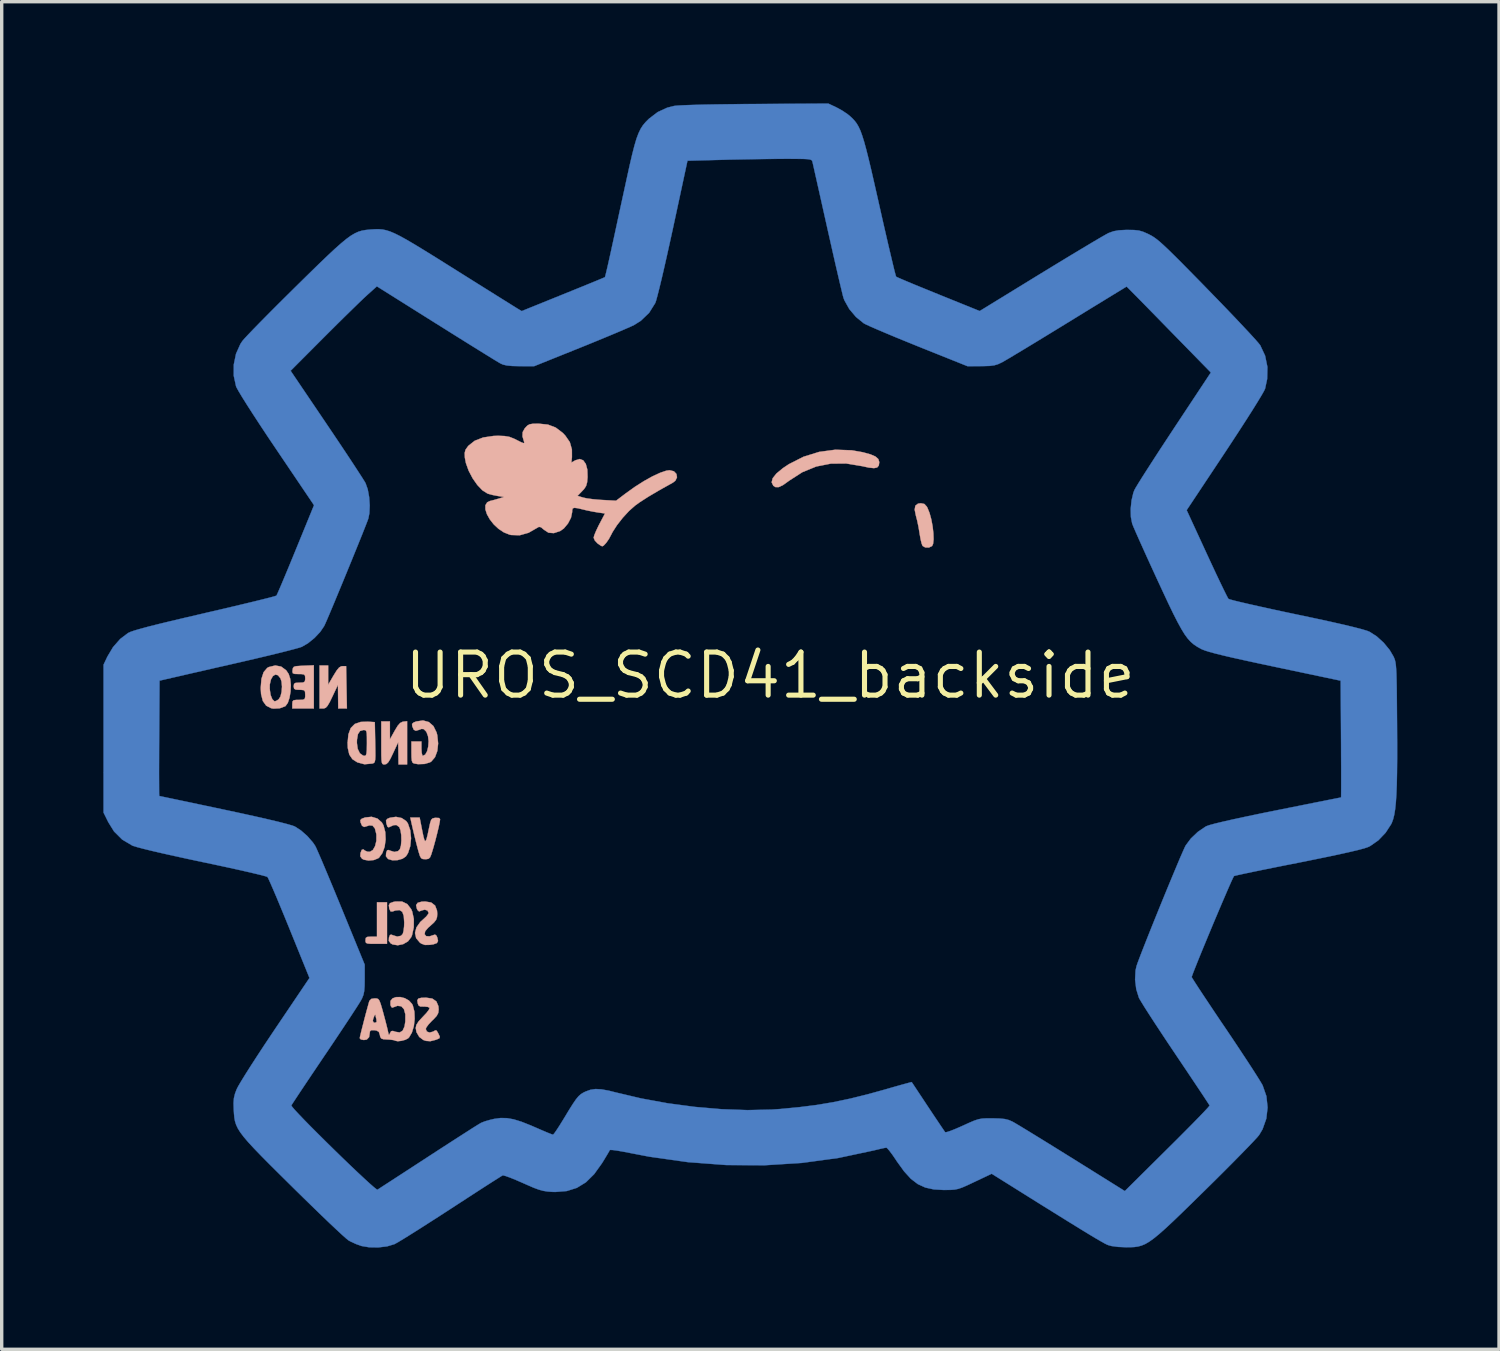
<source format=kicad_pcb>
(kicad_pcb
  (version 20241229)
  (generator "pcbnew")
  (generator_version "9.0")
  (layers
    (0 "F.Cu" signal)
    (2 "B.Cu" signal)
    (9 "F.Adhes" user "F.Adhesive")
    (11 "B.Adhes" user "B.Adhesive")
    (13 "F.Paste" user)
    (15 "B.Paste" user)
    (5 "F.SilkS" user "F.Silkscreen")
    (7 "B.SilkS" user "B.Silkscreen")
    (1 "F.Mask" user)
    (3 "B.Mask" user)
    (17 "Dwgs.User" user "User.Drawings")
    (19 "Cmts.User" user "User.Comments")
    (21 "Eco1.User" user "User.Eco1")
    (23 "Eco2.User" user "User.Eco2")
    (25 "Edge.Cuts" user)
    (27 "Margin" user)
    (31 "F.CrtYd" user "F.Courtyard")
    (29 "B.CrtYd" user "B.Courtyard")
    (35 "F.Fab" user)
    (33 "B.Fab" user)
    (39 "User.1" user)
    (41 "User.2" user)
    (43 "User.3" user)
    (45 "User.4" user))
  (footprint "UROS_SCD41_backside"
    (layer "F.Cu")
    (at 19.669 16.875)
    (property "Reference" "UROS_SCD41_backside" (at 0 0 0) (layer "F.SilkS") (effects (font (size 1.27 1.27) (thickness 0.15))))
    (attr through_hole)
    (fp_poly (pts (xy 1.952 -16.758) (xy 2.117 -16.668) (xy 2.279 -16.56) (xy 2.357 -16.496) (xy 2.431 -16.427) (xy 2.495 -16.357) (xy 2.554 -16.279) (xy 2.608 -16.186) (xy 2.661 -16.071) (xy 2.714 -15.925) (xy 2.771 -15.743) (xy 2.833 -15.516) (xy 2.903 -15.238) (xy 2.983 -14.902) (xy 3.075 -14.499) (xy 3.183 -14.023) (xy 3.221 -13.854) (xy 3.312 -13.449) (xy 3.399 -13.069) (xy 3.479 -12.722) (xy 3.551 -12.417) (xy 3.612 -12.16) (xy 3.66 -11.961) (xy 3.695 -11.827) (xy 3.713 -11.766) (xy 3.715 -11.763) (xy 3.761 -11.741) (xy 3.875 -11.691) (xy 4.049 -11.617) (xy 4.272 -11.524) (xy 4.534 -11.417) (xy 4.826 -11.298) (xy 4.963 -11.242) (xy 6.18 -10.75) (xy 7.984 -11.857) (xy 8.345 -12.077) (xy 8.69 -12.287) (xy 9.011 -12.481) (xy 9.3 -12.654) (xy 9.549 -12.803) (xy 9.75 -12.921) (xy 9.897 -13.005) (xy 9.979 -13.05) (xy 9.985 -13.052) (xy 10.126 -13.103) (xy 10.287 -13.132) (xy 10.498 -13.143) (xy 10.542 -13.143) (xy 10.733 -13.14) (xy 10.873 -13.125) (xy 10.996 -13.09) (xy 11.137 -13.029) (xy 11.181 -13.007) (xy 11.251 -12.97) (xy 11.323 -12.925) (xy 11.403 -12.867) (xy 11.498 -12.789) (xy 11.612 -12.686) (xy 11.752 -12.554) (xy 11.924 -12.385) (xy 12.134 -12.176) (xy 12.386 -11.92) (xy 12.689 -11.612) (xy 12.901 -11.394) (xy 13.192 -11.095) (xy 13.468 -10.809) (xy 13.723 -10.542) (xy 13.949 -10.302) (xy 14.142 -10.096) (xy 14.295 -9.929) (xy 14.4 -9.809) (xy 14.453 -9.743) (xy 14.454 -9.742) (xy 14.598 -9.435) (xy 14.667 -9.099) (xy 14.659 -8.744) (xy 14.598 -8.459) (xy 14.564 -8.388) (xy 14.487 -8.253) (xy 14.372 -8.063) (xy 14.224 -7.825) (xy 14.047 -7.547) (xy 13.847 -7.237) (xy 13.627 -6.9) (xy 13.415 -6.578) (xy 12.285 -4.877) (xy 12.877 -3.592) (xy 13.02 -3.284) (xy 13.153 -2.999) (xy 13.273 -2.747) (xy 13.374 -2.538) (xy 13.452 -2.381) (xy 13.502 -2.284) (xy 13.518 -2.259) (xy 13.569 -2.241) (xy 13.694 -2.207) (xy 13.885 -2.161) (xy 14.134 -2.103) (xy 14.432 -2.036) (xy 14.771 -1.961) (xy 15.143 -1.881) (xy 15.515 -1.802) (xy 16.061 -1.687) (xy 16.526 -1.586) (xy 16.911 -1.499) (xy 17.218 -1.425) (xy 17.45 -1.365) (xy 17.607 -1.318) (xy 17.679 -1.289) (xy 17.889 -1.155) (xy 18.096 -0.967) (xy 18.274 -0.75) (xy 18.386 -0.56) (xy 18.409 -0.508) (xy 18.428 -0.455) (xy 18.443 -0.391) (xy 18.455 -0.31) (xy 18.464 -0.201) (xy 18.472 -0.057) (xy 18.477 0.131) (xy 18.482 0.371) (xy 18.485 0.672) (xy 18.488 1.042) (xy 18.491 1.414) (xy 18.494 1.976) (xy 18.494 2.461) (xy 18.49 2.874) (xy 18.483 3.223) (xy 18.471 3.514) (xy 18.455 3.755) (xy 18.434 3.951) (xy 18.408 4.11) (xy 18.376 4.238) (xy 18.338 4.343) (xy 18.318 4.385) (xy 18.153 4.639) (xy 17.94 4.862) (xy 17.702 5.028) (xy 17.638 5.06) (xy 17.533 5.096) (xy 17.348 5.146) (xy 17.085 5.208) (xy 16.749 5.283) (xy 16.343 5.368) (xy 15.869 5.465) (xy 15.579 5.523) (xy 15.194 5.599) (xy 14.834 5.671) (xy 14.508 5.737) (xy 14.223 5.796) (xy 13.99 5.845) (xy 13.816 5.883) (xy 13.71 5.908) (xy 13.681 5.917) (xy 13.658 5.959) (xy 13.606 6.069) (xy 13.532 6.236) (xy 13.439 6.451) (xy 13.331 6.702) (xy 13.214 6.978) (xy 13.09 7.271) (xy 12.966 7.568) (xy 12.845 7.86) (xy 12.731 8.136) (xy 12.629 8.386) (xy 12.544 8.599) (xy 12.479 8.764) (xy 12.44 8.872) (xy 12.432 8.895) (xy 12.454 8.934) (xy 12.518 9.036) (xy 12.62 9.194) (xy 12.755 9.399) (xy 12.918 9.644) (xy 13.104 9.923) (xy 13.308 10.227) (xy 13.42 10.391) (xy 13.638 10.715) (xy 13.845 11.026) (xy 14.035 11.314) (xy 14.203 11.571) (xy 14.342 11.788) (xy 14.447 11.956) (xy 14.513 12.067) (xy 14.527 12.094) (xy 14.637 12.41) (xy 14.672 12.743) (xy 14.634 13.073) (xy 14.524 13.384) (xy 14.424 13.553) (xy 14.367 13.622) (xy 14.255 13.743) (xy 14.096 13.91) (xy 13.896 14.115) (xy 13.662 14.353) (xy 13.4 14.616) (xy 13.117 14.898) (xy 12.825 15.186) (xy 12.46 15.544) (xy 12.149 15.847) (xy 11.886 16.1) (xy 11.664 16.307) (xy 11.477 16.473) (xy 11.319 16.602) (xy 11.183 16.7) (xy 11.064 16.77) (xy 10.954 16.816) (xy 10.847 16.845) (xy 10.738 16.86) (xy 10.619 16.865) (xy 10.499 16.866) (xy 10.262 16.856) (xy 10.065 16.829) (xy 9.966 16.801) (xy 9.92 16.781) (xy 9.852 16.746) (xy 9.757 16.692) (xy 9.63 16.619) (xy 9.468 16.522) (xy 9.265 16.399) (xy 9.018 16.247) (xy 8.723 16.065) (xy 8.374 15.848) (xy 7.967 15.595) (xy 7.499 15.302) (xy 6.964 14.967) (xy 6.855 14.899) (xy 6.534 14.698) (xy 6.029 14.937) (xy 5.823 15.034) (xy 5.671 15.101) (xy 5.552 15.142) (xy 5.444 15.165) (xy 5.324 15.174) (xy 5.171 15.176) (xy 5.122 15.177) (xy 4.827 15.16) (xy 4.576 15.105) (xy 4.354 15.003) (xy 4.149 14.846) (xy 3.949 14.626) (xy 3.738 14.334) (xy 3.709 14.289) (xy 3.606 14.138) (xy 3.516 14.018) (xy 3.451 13.944) (xy 3.426 13.928) (xy 3.365 13.938) (xy 3.246 13.964) (xy 3.091 14.001) (xy 3.055 14.01) (xy 2.007 14.233) (xy 0.93 14.379) (xy -0.172 14.448) (xy -1.292 14.441) (xy -2.424 14.356) (xy -3.563 14.195) (xy -4.105 14.091) (xy -4.321 14.049) (xy -4.505 14.017) (xy -4.643 13.998) (xy -4.72 13.995) (xy -4.731 13.999) (xy -4.757 14.048) (xy -4.818 14.151) (xy -4.903 14.292) (xy -4.964 14.391) (xy -5.193 14.71) (xy -5.436 14.95) (xy -5.703 15.114) (xy -6.001 15.208) (xy -6.337 15.235) (xy -6.426 15.233) (xy -6.568 15.222) (xy -6.694 15.202) (xy -6.823 15.167) (xy -6.977 15.11) (xy -7.175 15.024) (xy -7.295 14.971) (xy -7.495 14.884) (xy -7.669 14.813) (xy -7.803 14.765) (xy -7.88 14.745) (xy -7.891 14.746) (xy -7.936 14.772) (xy -8.045 14.841) (xy -8.21 14.945) (xy -8.422 15.081) (xy -8.674 15.244) (xy -8.959 15.429) (xy -9.268 15.63) (xy -9.422 15.73) (xy -9.746 15.94) (xy -10.055 16.138) (xy -10.339 16.32) (xy -10.59 16.478) (xy -10.799 16.608) (xy -10.959 16.705) (xy -11.06 16.762) (xy -11.082 16.774) (xy -11.301 16.84) (xy -11.562 16.871) (xy -11.829 16.867) (xy -12.054 16.829) (xy -12.22 16.77) (xy -12.385 16.693) (xy -12.443 16.66) (xy -12.506 16.609) (xy -12.623 16.505) (xy -12.786 16.354) (xy -12.99 16.162) (xy -13.227 15.935) (xy -13.491 15.679) (xy -13.775 15.402) (xy -14.073 15.109) (xy -14.094 15.088) (xy -14.457 14.729) (xy -14.764 14.424) (xy -15.02 14.165) (xy -15.23 13.947) (xy -15.399 13.764) (xy -15.531 13.609) (xy -15.631 13.476) (xy -15.704 13.359) (xy -15.754 13.252) (xy -15.787 13.148) (xy -15.806 13.041) (xy -15.817 12.925) (xy -15.824 12.808) (xy -15.83 12.614) (xy -15.819 12.468) (xy -15.787 12.336) (xy -15.74 12.211) (xy -15.695 12.122) (xy -15.607 11.972) (xy -15.483 11.77) (xy -15.327 11.524) (xy -15.146 11.244) (xy -14.945 10.937) (xy -14.729 10.613) (xy -14.614 10.441) (xy -13.59 8.923) (xy -14.185 7.457) (xy -14.321 7.124) (xy -14.449 6.814) (xy -14.564 6.538) (xy -14.664 6.304) (xy -14.744 6.121) (xy -14.8 5.997) (xy -14.829 5.943) (xy -14.83 5.942) (xy -14.881 5.924) (xy -15.006 5.89) (xy -15.197 5.844) (xy -15.445 5.786) (xy -15.741 5.719) (xy -16.078 5.645) (xy -16.446 5.566) (xy -16.743 5.504) (xy -17.174 5.412) (xy -17.573 5.325) (xy -17.93 5.245) (xy -18.24 5.173) (xy -18.493 5.111) (xy -18.681 5.061) (xy -18.797 5.025) (xy -18.817 5.017) (xy -19.115 4.84) (xy -19.354 4.602) (xy -19.524 4.328) (xy -19.664 4.045) (xy -19.664 2.873) (xy -18.028 2.873) (xy -18.027 3.133) (xy -18.026 3.339) (xy -18.025 3.481) (xy -18.022 3.55) (xy -18.021 3.556) (xy -17.978 3.564) (xy -17.86 3.589) (xy -17.677 3.627) (xy -17.435 3.678) (xy -17.143 3.739) (xy -16.81 3.81) (xy -16.444 3.887) (xy -16.11 3.958) (xy -15.611 4.065) (xy -15.171 4.162) (xy -14.796 4.248) (xy -14.488 4.321) (xy -14.253 4.382) (xy -14.093 4.428) (xy -14.022 4.455) (xy -13.84 4.573) (xy -13.652 4.739) (xy -13.489 4.926) (xy -13.423 5.023) (xy -13.391 5.087) (xy -13.332 5.221) (xy -13.247 5.416) (xy -13.143 5.662) (xy -13.021 5.953) (xy -12.886 6.277) (xy -12.741 6.628) (xy -12.655 6.837) (xy -11.961 8.53) (xy -11.961 8.954) (xy -11.964 9.162) (xy -11.976 9.31) (xy -11.999 9.422) (xy -12.039 9.523) (xy -12.062 9.567) (xy -12.107 9.644) (xy -12.194 9.781) (xy -12.318 9.972) (xy -12.472 10.206) (xy -12.651 10.476) (xy -12.849 10.773) (xy -13.06 11.087) (xy -13.135 11.197) (xy -13.345 11.509) (xy -13.541 11.8) (xy -13.717 12.063) (xy -13.868 12.289) (xy -13.988 12.471) (xy -14.074 12.601) (xy -14.119 12.672) (xy -14.125 12.683) (xy -14.101 12.723) (xy -14.023 12.815) (xy -13.899 12.948) (xy -13.736 13.118) (xy -13.543 13.315) (xy -13.326 13.532) (xy -13.094 13.762) (xy -12.855 13.997) (xy -12.616 14.23) (xy -12.384 14.453) (xy -12.167 14.659) (xy -11.974 14.839) (xy -11.811 14.988) (xy -11.687 15.097) (xy -11.609 15.158) (xy -11.585 15.169) (xy -11.54 15.14) (xy -11.432 15.069) (xy -11.268 14.963) (xy -11.057 14.826) (xy -10.806 14.663) (xy -10.523 14.479) (xy -10.216 14.279) (xy -10.096 14.201) (xy -9.778 13.994) (xy -9.478 13.8) (xy -9.205 13.624) (xy -8.966 13.471) (xy -8.771 13.346) (xy -8.627 13.256) (xy -8.542 13.205) (xy -8.529 13.197) (xy -8.418 13.153) (xy -8.262 13.108) (xy -8.137 13.079) (xy -7.95 13.054) (xy -7.765 13.058) (xy -7.566 13.093) (xy -7.336 13.164) (xy -7.059 13.274) (xy -6.918 13.335) (xy -6.732 13.416) (xy -6.574 13.483) (xy -6.46 13.528) (xy -6.407 13.545) (xy -6.406 13.545) (xy -6.372 13.511) (xy -6.305 13.416) (xy -6.213 13.275) (xy -6.106 13.102) (xy -6.075 13.051) (xy -5.93 12.811) (xy -5.817 12.632) (xy -5.729 12.504) (xy -5.655 12.414) (xy -5.586 12.352) (xy -5.513 12.306) (xy -5.443 12.272) (xy -5.301 12.221) (xy -5.153 12.199) (xy -4.981 12.208) (xy -4.764 12.247) (xy -4.565 12.297) (xy -3.807 12.476) (xy -3.02 12.62) (xy -2.222 12.726) (xy -1.432 12.794) (xy -0.669 12.821) (xy 0.048 12.805) (xy 0.296 12.788) (xy 0.858 12.734) (xy 1.373 12.669) (xy 1.866 12.586) (xy 2.364 12.481) (xy 2.892 12.35) (xy 3.387 12.213) (xy 3.629 12.143) (xy 3.842 12.083) (xy 4.012 12.036) (xy 4.127 12.005) (xy 4.174 11.994) (xy 4.174 11.994) (xy 4.198 12.03) (xy 4.262 12.126) (xy 4.358 12.271) (xy 4.48 12.455) (xy 4.62 12.667) (xy 4.656 12.721) (xy 4.802 12.941) (xy 4.933 13.136) (xy 5.041 13.297) (xy 5.119 13.412) (xy 5.159 13.47) (xy 5.162 13.473) (xy 5.21 13.469) (xy 5.318 13.434) (xy 5.471 13.373) (xy 5.654 13.293) (xy 5.676 13.283) (xy 5.878 13.191) (xy 6.027 13.128) (xy 6.145 13.09) (xy 6.256 13.07) (xy 6.382 13.063) (xy 6.547 13.063) (xy 6.562 13.063) (xy 6.772 13.069) (xy 6.923 13.084) (xy 7.04 13.114) (xy 7.147 13.161) (xy 7.221 13.203) (xy 7.359 13.285) (xy 7.552 13.402) (xy 7.79 13.548) (xy 8.067 13.718) (xy 8.374 13.908) (xy 8.701 14.111) (xy 8.896 14.232) (xy 10.461 15.209) (xy 11.716 13.965) (xy 11.985 13.698) (xy 12.233 13.449) (xy 12.455 13.225) (xy 12.644 13.031) (xy 12.795 12.874) (xy 12.901 12.76) (xy 12.955 12.697) (xy 12.962 12.686) (xy 12.937 12.644) (xy 12.869 12.54) (xy 12.764 12.38) (xy 12.626 12.173) (xy 12.461 11.926) (xy 12.273 11.645) (xy 12.068 11.34) (xy 11.956 11.173) (xy 11.739 10.85) (xy 11.535 10.542) (xy 11.348 10.258) (xy 11.185 10.007) (xy 11.05 9.796) (xy 10.95 9.634) (xy 10.889 9.531) (xy 10.876 9.505) (xy 10.798 9.254) (xy 10.764 8.974) (xy 10.777 8.704) (xy 10.806 8.572) (xy 10.84 8.473) (xy 10.902 8.308) (xy 10.987 8.088) (xy 11.091 7.824) (xy 11.209 7.527) (xy 11.338 7.206) (xy 11.473 6.873) (xy 11.61 6.537) (xy 11.745 6.209) (xy 11.873 5.901) (xy 11.99 5.621) (xy 12.091 5.381) (xy 12.174 5.191) (xy 12.232 5.062) (xy 12.257 5.013) (xy 12.409 4.809) (xy 12.612 4.616) (xy 12.837 4.462) (xy 12.869 4.445) (xy 12.957 4.414) (xy 13.125 4.368) (xy 13.367 4.31) (xy 13.679 4.239) (xy 14.057 4.158) (xy 14.497 4.066) (xy 14.935 3.978) (xy 15.323 3.9) (xy 15.684 3.828) (xy 16.011 3.762) (xy 16.296 3.706) (xy 16.529 3.659) (xy 16.702 3.625) (xy 16.808 3.604) (xy 16.839 3.598) (xy 16.841 3.558) (xy 16.842 3.441) (xy 16.843 3.257) (xy 16.843 3.016) (xy 16.843 2.725) (xy 16.841 2.394) (xy 16.84 2.032) (xy 16.839 1.876) (xy 16.828 0.154) (xy 14.88 -0.257) (xy 14.39 -0.361) (xy 13.976 -0.451) (xy 13.633 -0.527) (xy 13.353 -0.593) (xy 13.13 -0.648) (xy 12.958 -0.695) (xy 12.83 -0.735) (xy 12.739 -0.77) (xy 12.709 -0.785) (xy 12.599 -0.846) (xy 12.5 -0.912) (xy 12.408 -0.99) (xy 12.319 -1.087) (xy 12.227 -1.212) (xy 12.129 -1.372) (xy 12.018 -1.574) (xy 11.89 -1.825) (xy 11.741 -2.134) (xy 11.566 -2.508) (xy 11.431 -2.799) (xy 11.275 -3.138) (xy 11.128 -3.46) (xy 10.995 -3.755) (xy 10.879 -4.013) (xy 10.785 -4.225) (xy 10.717 -4.382) (xy 10.681 -4.472) (xy 10.678 -4.479) (xy 10.64 -4.674) (xy 10.634 -4.913) (xy 10.659 -5.162) (xy 10.712 -5.386) (xy 10.743 -5.468) (xy 10.783 -5.541) (xy 10.865 -5.676) (xy 10.983 -5.865) (xy 11.134 -6.101) (xy 11.311 -6.376) (xy 11.509 -6.681) (xy 11.724 -7.008) (xy 11.912 -7.294) (xy 12.999 -8.937) (xy 11.76 -10.204) (xy 11.496 -10.475) (xy 11.25 -10.726) (xy 11.03 -10.951) (xy 10.841 -11.143) (xy 10.689 -11.297) (xy 10.581 -11.406) (xy 10.523 -11.464) (xy 10.515 -11.472) (xy 10.478 -11.451) (xy 10.377 -11.389) (xy 10.217 -11.292) (xy 10.006 -11.163) (xy 9.752 -11.007) (xy 9.46 -10.829) (xy 9.138 -10.631) (xy 8.793 -10.419) (xy 8.778 -10.41) (xy 8.424 -10.193) (xy 8.085 -9.986) (xy 7.77 -9.794) (xy 7.486 -9.622) (xy 7.243 -9.476) (xy 7.048 -9.359) (xy 6.909 -9.278) (xy 6.837 -9.237) (xy 6.722 -9.183) (xy 6.613 -9.15) (xy 6.482 -9.132) (xy 6.303 -9.126) (xy 6.223 -9.125) (xy 5.821 -9.123) (xy 4.371 -9.704) (xy 4.034 -9.841) (xy 3.716 -9.971) (xy 3.427 -10.092) (xy 3.177 -10.198) (xy 2.976 -10.285) (xy 2.834 -10.35) (xy 2.762 -10.387) (xy 2.532 -10.574) (xy 2.334 -10.808) (xy 2.191 -11.063) (xy 2.164 -11.134) (xy 2.144 -11.205) (xy 2.109 -11.35) (xy 2.059 -11.559) (xy 1.997 -11.824) (xy 1.925 -12.135) (xy 1.846 -12.483) (xy 1.761 -12.86) (xy 1.692 -13.166) (xy 1.605 -13.555) (xy 1.523 -13.922) (xy 1.448 -14.257) (xy 1.382 -14.551) (xy 1.327 -14.796) (xy 1.285 -14.983) (xy 1.258 -15.103) (xy 1.248 -15.145) (xy 1.238 -15.179) (xy 1.218 -15.203) (xy 1.175 -15.22) (xy 1.098 -15.231) (xy 0.976 -15.237) (xy 0.795 -15.239) (xy 0.544 -15.24) (xy 0.472 -15.24) (xy 0.203 -15.239) (xy -0.126 -15.235) (xy -0.491 -15.23) (xy -0.867 -15.223) (xy -1.229 -15.216) (xy -1.361 -15.212) (xy -2.44 -15.184) (xy -2.871 -13.179) (xy -2.96 -12.773) (xy -3.046 -12.386) (xy -3.127 -12.028) (xy -3.201 -11.709) (xy -3.267 -11.436) (xy -3.322 -11.219) (xy -3.363 -11.067) (xy -3.389 -10.989) (xy -3.571 -10.698) (xy -3.816 -10.463) (xy -4.008 -10.342) (xy -4.106 -10.295) (xy -4.272 -10.222) (xy -4.494 -10.127) (xy -4.761 -10.015) (xy -5.061 -9.891) (xy -5.383 -9.759) (xy -5.609 -9.668) (xy -6.964 -9.123) (xy -7.387 -9.124) (xy -7.608 -9.129) (xy -7.766 -9.144) (xy -7.882 -9.171) (xy -7.958 -9.205) (xy -8.023 -9.243) (xy -8.152 -9.321) (xy -8.337 -9.435) (xy -8.571 -9.58) (xy -8.846 -9.751) (xy -9.154 -9.943) (xy -9.488 -10.152) (xy -9.84 -10.373) (xy -9.854 -10.381) (xy -11.602 -11.479) (xy -11.886 -11.224) (xy -11.987 -11.131) (xy -12.137 -10.987) (xy -12.327 -10.802) (xy -12.548 -10.586) (xy -12.788 -10.349) (xy -13.039 -10.099) (xy -13.159 -9.979) (xy -14.147 -8.988) (xy -13.09 -7.425) (xy -12.867 -7.094) (xy -12.655 -6.778) (xy -12.46 -6.485) (xy -12.288 -6.224) (xy -12.144 -6.003) (xy -12.033 -5.831) (xy -11.96 -5.714) (xy -11.936 -5.673) (xy -11.872 -5.492) (xy -11.83 -5.262) (xy -11.813 -5.016) (xy -11.823 -4.786) (xy -11.854 -4.63) (xy -11.886 -4.542) (xy -11.946 -4.388) (xy -12.029 -4.178) (xy -12.131 -3.925) (xy -12.247 -3.639) (xy -12.372 -3.332) (xy -12.502 -3.015) (xy -12.632 -2.699) (xy -12.758 -2.395) (xy -12.874 -2.115) (xy -12.977 -1.87) (xy -13.062 -1.67) (xy -13.124 -1.528) (xy -13.156 -1.459) (xy -13.274 -1.285) (xy -13.442 -1.107) (xy -13.634 -0.951) (xy -13.814 -0.846) (xy -13.895 -0.819) (xy -14.048 -0.777) (xy -14.262 -0.721) (xy -14.529 -0.654) (xy -14.838 -0.579) (xy -15.179 -0.498) (xy -15.54 -0.414) (xy -15.6 -0.4) (xy -15.976 -0.314) (xy -16.342 -0.231) (xy -16.686 -0.152) (xy -16.997 -0.081) (xy -17.262 -0.02) (xy -17.469 0.028) (xy -17.606 0.059) (xy -17.611 0.06) (xy -18.013 0.153) (xy -18.024 1.854) (xy -18.026 2.225) (xy -18.027 2.567) (xy -18.028 2.873) (xy -19.664 2.873) (xy -19.664 -0.318) (xy -19.552 -0.555) (xy -19.386 -0.834) (xy -19.174 -1.076) (xy -18.941 -1.253) (xy -18.869 -1.286) (xy -18.75 -1.327) (xy -18.576 -1.377) (xy -18.345 -1.44) (xy -18.051 -1.514) (xy -17.688 -1.602) (xy -17.253 -1.705) (xy -16.741 -1.824) (xy -16.679 -1.839) (xy -16.272 -1.933) (xy -15.89 -2.023) (xy -15.541 -2.106) (xy -15.233 -2.18) (xy -14.974 -2.244) (xy -14.771 -2.295) (xy -14.634 -2.332) (xy -14.569 -2.353) (xy -14.565 -2.355) (xy -14.541 -2.402) (xy -14.49 -2.518) (xy -14.415 -2.693) (xy -14.32 -2.919) (xy -14.209 -3.185) (xy -14.086 -3.483) (xy -13.994 -3.708) (xy -13.456 -5.023) (xy -14.569 -6.671) (xy -14.82 -7.044) (xy -15.049 -7.39) (xy -15.254 -7.704) (xy -15.43 -7.978) (xy -15.573 -8.206) (xy -15.678 -8.381) (xy -15.742 -8.497) (xy -15.756 -8.53) (xy -15.824 -8.842) (xy -15.823 -9.17) (xy -15.757 -9.489) (xy -15.628 -9.777) (xy -15.569 -9.866) (xy -15.511 -9.934) (xy -15.399 -10.054) (xy -15.24 -10.22) (xy -15.04 -10.425) (xy -14.806 -10.662) (xy -14.545 -10.924) (xy -14.263 -11.204) (xy -13.986 -11.478) (xy -13.626 -11.832) (xy -13.319 -12.132) (xy -13.059 -12.381) (xy -12.841 -12.585) (xy -12.657 -12.748) (xy -12.502 -12.876) (xy -12.37 -12.972) (xy -12.253 -13.041) (xy -12.146 -13.09) (xy -12.042 -13.121) (xy -11.935 -13.14) (xy -11.819 -13.152) (xy -11.772 -13.156) (xy -11.653 -13.163) (xy -11.545 -13.164) (xy -11.44 -13.156) (xy -11.333 -13.134) (xy -11.214 -13.097) (xy -11.077 -13.039) (xy -10.914 -12.958) (xy -10.719 -12.85) (xy -10.484 -12.712) (xy -10.202 -12.54) (xy -9.864 -12.331) (xy -9.465 -12.081) (xy -9.32 -11.99) (xy -8.971 -11.771) (xy -8.64 -11.563) (xy -8.334 -11.372) (xy -8.063 -11.202) (xy -7.832 -11.058) (xy -7.65 -10.944) (xy -7.525 -10.866) (xy -7.465 -10.829) (xy -7.331 -10.748) (xy -6.11 -11.242) (xy -5.809 -11.364) (xy -5.533 -11.476) (xy -5.294 -11.574) (xy -5.099 -11.654) (xy -4.96 -11.712) (xy -4.885 -11.744) (xy -4.875 -11.749) (xy -4.862 -11.793) (xy -4.834 -11.907) (xy -4.794 -12.078) (xy -4.745 -12.295) (xy -4.69 -12.544) (xy -4.678 -12.602) (xy -4.617 -12.879) (xy -4.544 -13.217) (xy -4.463 -13.593) (xy -4.378 -13.985) (xy -4.294 -14.37) (xy -4.234 -14.647) (xy -4.147 -15.043) (xy -4.072 -15.365) (xy -4.006 -15.624) (xy -3.945 -15.831) (xy -3.884 -15.994) (xy -3.821 -16.125) (xy -3.752 -16.232) (xy -3.672 -16.327) (xy -3.579 -16.419) (xy -3.574 -16.424) (xy -3.317 -16.62) (xy -3.039 -16.748) (xy -2.836 -16.8) (xy -2.739 -16.81) (xy -2.563 -16.82) (xy -2.315 -16.829) (xy -2 -16.838) (xy -1.625 -16.845) (xy -1.196 -16.851) (xy -0.72 -16.856) (xy -0.445 -16.857) (xy 1.714 -16.87) (xy 1.952 -16.758)) (stroke (width 0.01) (type solid)) (fill yes) (layer "B.Cu"))
    (fp_poly (pts (xy -3.775 -3.817) (xy -3.544 -3.67) (xy -3.49 -3.619) (xy -3.333 -3.41) (xy -3.245 -3.176) (xy -3.221 -2.932) (xy -3.262 -2.694) (xy -3.363 -2.476) (xy -3.523 -2.296) (xy -3.694 -2.187) (xy -3.967 -2.085) (xy -4.205 -2.054) (xy -4.339 -2.072) (xy -4.593 -2.172) (xy -4.8 -2.33) (xy -4.954 -2.534) (xy -5.044 -2.77) (xy -5.063 -3.025) (xy -5.04 -3.166) (xy -4.943 -3.427) (xy -4.793 -3.627) (xy -4.583 -3.775) (xy -4.567 -3.784) (xy -4.297 -3.876) (xy -4.029 -3.887) (xy -3.775 -3.817)) (stroke (width 0.01) (type solid)) (fill yes) (layer "B.Mask"))
    (fp_poly (pts (xy -4.897 1.018) (xy -4.771 1.091) (xy -4.77 1.092) (xy -4.608 1.174) (xy -4.413 1.244) (xy -4.296 1.273) (xy -4.023 1.328) (xy -4.047 1.5) (xy -4.088 1.715) (xy -4.149 1.877) (xy -4.245 2.017) (xy -4.334 2.112) (xy -4.539 2.26) (xy -4.78 2.349) (xy -5.032 2.374) (xy -5.275 2.331) (xy -5.382 2.286) (xy -5.59 2.134) (xy -5.751 1.93) (xy -5.854 1.697) (xy -5.884 1.486) (xy -5.881 1.392) (xy -5.858 1.334) (xy -5.8 1.297) (xy -5.687 1.27) (xy -5.569 1.249) (xy -5.371 1.191) (xy -5.157 1.088) (xy -5.036 1.011) (xy -4.979 0.994) (xy -4.897 1.018)) (stroke (width 0.01) (type solid)) (fill yes) (layer "B.Mask"))
    (fp_poly (pts (xy -5.503 -0.441) (xy -5.248 -0.318) (xy -5.274 -0.048) (xy -5.277 0.216) (xy -5.23 0.488) (xy -5.225 0.51) (xy -5.185 0.691) (xy -5.184 0.812) (xy -5.233 0.892) (xy -5.341 0.951) (xy -5.474 0.995) (xy -5.717 1.047) (xy -5.926 1.043) (xy -6.09 1) (xy -6.268 0.907) (xy -6.44 0.768) (xy -6.576 0.61) (xy -6.619 0.536) (xy -6.654 0.42) (xy -6.678 0.262) (xy -6.689 0.09) (xy -6.685 -0.066) (xy -6.665 -0.177) (xy -6.655 -0.2) (xy -6.598 -0.236) (xy -6.485 -0.276) (xy -6.391 -0.299) (xy -6.212 -0.35) (xy -6.027 -0.422) (xy -5.958 -0.456) (xy -5.757 -0.564) (xy -5.503 -0.441)) (stroke (width 0.01) (type solid)) (fill yes) (layer "B.Mask"))
    (fp_poly (pts (xy -3.035 -2.297) (xy -2.897 -2.223) (xy -2.894 -2.221) (xy -2.701 -2.063) (xy -2.566 -1.859) (xy -2.49 -1.626) (xy -2.474 -1.381) (xy -2.518 -1.139) (xy -2.624 -0.918) (xy -2.791 -0.733) (xy -2.841 -0.695) (xy -3.086 -0.569) (xy -3.344 -0.516) (xy -3.597 -0.538) (xy -3.747 -0.591) (xy -3.891 -0.662) (xy -3.97 -0.718) (xy -3.991 -0.78) (xy -3.965 -0.872) (xy -3.913 -0.99) (xy -3.85 -1.143) (xy -3.819 -1.277) (xy -3.813 -1.433) (xy -3.816 -1.534) (xy -3.831 -1.836) (xy -3.591 -1.976) (xy -3.45 -2.067) (xy -3.33 -2.16) (xy -3.267 -2.223) (xy -3.197 -2.297) (xy -3.128 -2.321) (xy -3.035 -2.297)) (stroke (width 0.01) (type solid)) (fill yes) (layer "B.Mask"))
    (fp_poly (pts (xy -4.716 -1.986) (xy -4.552 -1.914) (xy -4.388 -1.857) (xy -4.281 -1.833) (xy -4.166 -1.81) (xy -4.091 -1.781) (xy -4.081 -1.771) (xy -4.056 -1.678) (xy -4.051 -1.531) (xy -4.063 -1.359) (xy -4.091 -1.191) (xy -4.131 -1.054) (xy -4.143 -1.028) (xy -4.298 -0.808) (xy -4.504 -0.645) (xy -4.744 -0.545) (xy -5.002 -0.516) (xy -5.223 -0.552) (xy -5.444 -0.657) (xy -5.63 -0.821) (xy -5.772 -1.026) (xy -5.86 -1.255) (xy -5.886 -1.491) (xy -5.843 -1.712) (xy -5.786 -1.796) (xy -5.685 -1.82) (xy -5.679 -1.82) (xy -5.581 -1.839) (xy -5.439 -1.889) (xy -5.281 -1.96) (xy -5.265 -1.968) (xy -4.974 -2.116) (xy -4.716 -1.986)) (stroke (width 0.01) (type solid)) (fill yes) (layer "B.Mask"))
    (fp_poly (pts (xy -6.758 -2.299) (xy -6.649 -2.223) (xy -6.611 -2.188) (xy -6.473 -2.071) (xy -6.316 -1.961) (xy -6.269 -1.932) (xy -6.083 -1.827) (xy -6.092 -1.508) (xy -6.09 -1.3) (xy -6.066 -1.14) (xy -6.015 -0.994) (xy -6.014 -0.991) (xy -5.964 -0.871) (xy -5.932 -0.783) (xy -5.927 -0.757) (xy -5.964 -0.71) (xy -6.06 -0.653) (xy -6.193 -0.597) (xy -6.337 -0.551) (xy -6.469 -0.526) (xy -6.647 -0.528) (xy -6.813 -0.561) (xy -6.826 -0.566) (xy -7.067 -0.695) (xy -7.253 -0.874) (xy -7.38 -1.088) (xy -7.447 -1.324) (xy -7.451 -1.567) (xy -7.388 -1.805) (xy -7.257 -2.024) (xy -7.128 -2.153) (xy -6.977 -2.265) (xy -6.86 -2.313) (xy -6.758 -2.299)) (stroke (width 0.01) (type solid)) (fill yes) (layer "B.Mask"))
    (fp_poly (pts (xy -5.617 -3.876) (xy -5.449 -3.832) (xy -5.301 -3.771) (xy -5.202 -3.703) (xy -5.185 -3.682) (xy -5.179 -3.618) (xy -5.194 -3.497) (xy -5.225 -3.343) (xy -5.231 -3.317) (xy -5.271 -3.143) (xy -5.286 -3.015) (xy -5.28 -2.898) (xy -5.253 -2.762) (xy -5.206 -2.552) (xy -5.179 -2.409) (xy -5.176 -2.316) (xy -5.198 -2.257) (xy -5.249 -2.215) (xy -5.33 -2.174) (xy -5.341 -2.169) (xy -5.595 -2.083) (xy -5.846 -2.056) (xy -6.001 -2.074) (xy -6.239 -2.17) (xy -6.436 -2.332) (xy -6.584 -2.545) (xy -6.67 -2.795) (xy -6.689 -2.98) (xy -6.677 -3.184) (xy -6.634 -3.341) (xy -6.546 -3.487) (xy -6.47 -3.579) (xy -6.258 -3.759) (xy -6.009 -3.864) (xy -5.779 -3.893) (xy -5.617 -3.876)) (stroke (width 0.01) (type solid)) (fill yes) (layer "B.Mask"))
    (fp_poly (pts (xy -3.967 -0.451) (xy -3.801 -0.379) (xy -3.623 -0.321) (xy -3.542 -0.302) (xy -3.39 -0.266) (xy -3.301 -0.217) (xy -3.254 -0.135) (xy -3.23 -0.009) (xy -3.232 0.249) (xy -3.302 0.496) (xy -3.431 0.705) (xy -3.46 0.737) (xy -3.642 0.897) (xy -3.828 0.992) (xy -4.049 1.04) (xy -4.103 1.045) (xy -4.264 1.049) (xy -4.396 1.024) (xy -4.546 0.96) (xy -4.563 0.951) (xy -4.78 0.804) (xy -4.933 0.609) (xy -5.032 0.357) (xy -5.043 0.31) (xy -5.071 0.138) (xy -5.063 -0.002) (xy -5.043 -0.083) (xy -5 -0.194) (xy -4.938 -0.254) (xy -4.825 -0.292) (xy -4.814 -0.295) (xy -4.671 -0.34) (xy -4.503 -0.408) (xy -4.412 -0.451) (xy -4.188 -0.562) (xy -3.967 -0.451)) (stroke (width 0.01) (type solid)) (fill yes) (layer "B.Mask"))
    (fp_poly (pts (xy 7.493 10.251) (xy 7.126 10.671) (xy 6.76 11.091) (xy 4.836 11.091) (xy 3.937 10.127) (xy 3.937 7.832) (xy 5.503 7.832) (xy 5.503 7.927) (xy 5.498 7.999) (xy 5.484 8.14) (xy 5.464 8.332) (xy 5.439 8.56) (xy 5.419 8.742) (xy 5.391 8.98) (xy 5.367 9.188) (xy 5.349 9.353) (xy 5.338 9.459) (xy 5.335 9.492) (xy 5.367 9.526) (xy 5.451 9.593) (xy 5.569 9.679) (xy 5.701 9.77) (xy 5.829 9.853) (xy 5.877 9.882) (xy 5.902 9.883) (xy 5.916 9.841) (xy 5.92 9.744) (xy 5.915 9.581) (xy 5.909 9.477) (xy 5.899 9.278) (xy 5.888 9.021) (xy 5.876 8.735) (xy 5.865 8.444) (xy 5.86 8.308) (xy 5.835 7.578) (xy 7.493 7.578) (xy 7.493 10.251)) (stroke (width 0.01) (type solid)) (fill yes) (layer "B.Mask"))
    (fp_poly (pts (xy -5.019 6.087) (xy -4.944 6.165) (xy -4.852 6.269) (xy -4.762 6.377) (xy -4.691 6.47) (xy -4.658 6.527) (xy -4.657 6.532) (xy -4.686 6.564) (xy -4.767 6.639) (xy -4.884 6.747) (xy -5.025 6.875) (xy -5.177 7.011) (xy -5.327 7.144) (xy -5.46 7.261) (xy -5.565 7.351) (xy -5.627 7.401) (xy -5.638 7.408) (xy -5.676 7.386) (xy -5.772 7.327) (xy -5.912 7.239) (xy -6.082 7.13) (xy -6.117 7.108) (xy -6.294 6.993) (xy -6.447 6.892) (xy -6.559 6.816) (xy -6.617 6.775) (xy -6.621 6.772) (xy -6.615 6.726) (xy -6.575 6.628) (xy -6.514 6.498) (xy -6.441 6.357) (xy -6.366 6.226) (xy -6.299 6.124) (xy -6.279 6.098) (xy -6.244 6.118) (xy -6.164 6.187) (xy -6.049 6.293) (xy -5.946 6.394) (xy -5.629 6.709) (xy -5.524 6.583) (xy -5.437 6.476) (xy -5.329 6.34) (xy -5.262 6.255) (xy -5.172 6.148) (xy -5.097 6.076) (xy -5.061 6.056) (xy -5.019 6.087)) (stroke (width 0.01) (type solid)) (fill yes) (layer "B.Mask"))
    (fp_poly (pts (xy 2.714 7.647) (xy 3.768 7.72) (xy 3.768 7.85) (xy 3.765 7.921) (xy 3.755 8.066) (xy 3.739 8.275) (xy 3.717 8.537) (xy 3.692 8.841) (xy 3.663 9.177) (xy 3.634 9.514) (xy 3.499 11.049) (xy 2.296 11.049) (xy 2.354 10.742) (xy 2.387 10.571) (xy 2.417 10.418) (xy 2.438 10.314) (xy 2.438 10.313) (xy 2.445 10.266) (xy 2.432 10.248) (xy 2.39 10.264) (xy 2.31 10.32) (xy 2.181 10.42) (xy 2.047 10.527) (xy 1.872 10.667) (xy 1.707 10.797) (xy 1.57 10.904) (xy 1.482 10.971) (xy 1.333 11.079) (xy 0.794 10.863) (xy 0.598 10.782) (xy 0.434 10.711) (xy 0.316 10.655) (xy 0.258 10.621) (xy 0.254 10.616) (xy 0.285 10.579) (xy 0.37 10.5) (xy 0.496 10.388) (xy 0.653 10.256) (xy 0.701 10.217) (xy 1.147 9.849) (xy 0.889 9.588) (xy 0.63 9.327) (xy 0.672 8.851) (xy 1.944 8.851) (xy 2.081 9.042) (xy 2.169 9.154) (xy 2.239 9.209) (xy 2.314 9.222) (xy 2.348 9.22) (xy 2.432 9.203) (xy 2.472 9.157) (xy 2.489 9.054) (xy 2.49 9.04) (xy 2.492 8.889) (xy 2.48 8.744) (xy 2.478 8.733) (xy 2.452 8.594) (xy 1.944 8.851) (xy 0.672 8.851) (xy 0.675 8.823) (xy 0.692 8.622) (xy 0.706 8.45) (xy 0.716 8.326) (xy 0.719 8.269) (xy 0.753 8.228) (xy 0.843 8.15) (xy 0.979 8.046) (xy 1.146 7.926) (xy 1.19 7.896) (xy 1.66 7.573) (xy 2.714 7.647)) (stroke (width 0.01) (type solid)) (fill yes) (layer "B.Mask"))
    (fp_poly (pts (xy -4.321 8.244) (xy -4.102 8.472) (xy -3.938 8.647) (xy -3.82 8.777) (xy -3.744 8.87) (xy -3.703 8.933) (xy -3.691 8.973) (xy -3.702 8.999) (xy -3.71 9.006) (xy -3.77 9.043) (xy -3.891 9.112) (xy -4.057 9.206) (xy -4.256 9.316) (xy -4.41 9.4) (xy -4.617 9.515) (xy -4.795 9.618) (xy -4.933 9.701) (xy -5.017 9.757) (xy -5.038 9.777) (xy -5.009 9.83) (xy -4.976 9.862) (xy -4.935 9.878) (xy -4.87 9.868) (xy -4.766 9.828) (xy -4.611 9.754) (xy -4.461 9.677) (xy -4.283 9.585) (xy -4.132 9.51) (xy -4.025 9.459) (xy -3.977 9.44) (xy -3.976 9.44) (xy -3.943 9.473) (xy -3.877 9.561) (xy -3.791 9.684) (xy -3.697 9.825) (xy -3.606 9.966) (xy -3.53 10.089) (xy -3.482 10.175) (xy -3.471 10.205) (xy -3.504 10.239) (xy -3.594 10.314) (xy -3.729 10.42) (xy -3.9 10.549) (xy -4.027 10.643) (xy -4.583 11.049) (xy -6.256 11.049) (xy -6.578 10.482) (xy -6.689 10.285) (xy -6.784 10.115) (xy -6.854 9.984) (xy -6.894 9.907) (xy -6.9 9.892) (xy -6.867 9.862) (xy -6.774 9.792) (xy -6.633 9.69) (xy -6.453 9.564) (xy -6.246 9.422) (xy -6.224 9.407) (xy -5.548 8.945) (xy -5.642 8.857) (xy -5.736 8.768) (xy -6.075 8.976) (xy -6.228 9.067) (xy -6.357 9.138) (xy -6.442 9.179) (xy -6.463 9.185) (xy -6.51 9.156) (xy -6.598 9.075) (xy -6.716 8.955) (xy -6.838 8.821) (xy -7.163 8.456) (xy -6.246 7.535) (xy -5.002 7.535) (xy -4.321 8.244)) (stroke (width 0.01) (type solid)) (fill yes) (layer "B.Mask"))
    (fp_poly (pts (xy -0.316 7.898) (xy -0.122 8.012) (xy 0.048 8.113) (xy 0.177 8.193) (xy 0.254 8.242) (xy 0.268 8.252) (xy 0.282 8.299) (xy 0.307 8.411) (xy 0.339 8.574) (xy 0.376 8.77) (xy 0.415 8.984) (xy 0.453 9.2) (xy 0.487 9.401) (xy 0.514 9.571) (xy 0.531 9.696) (xy 0.537 9.757) (xy 0.535 9.761) (xy 0.502 9.787) (xy 0.413 9.859) (xy 0.275 9.971) (xy 0.099 10.113) (xy -0.106 10.28) (xy -0.261 10.406) (xy -0.484 10.586) (xy -0.688 10.746) (xy -0.862 10.879) (xy -0.997 10.977) (xy -1.083 11.034) (xy -1.108 11.045) (xy -1.179 11.033) (xy -1.299 11.005) (xy -1.376 10.986) (xy -1.487 10.958) (xy -1.662 10.914) (xy -1.883 10.86) (xy -2.131 10.8) (xy -2.335 10.75) (xy -3.083 10.571) (xy -3.212 9.889) (xy -3.258 9.645) (xy -3.3 9.417) (xy -3.335 9.225) (xy -3.36 9.086) (xy -3.368 9.038) (xy -3.376 8.976) (xy -3.374 8.944) (xy -1.82 8.944) (xy -1.82 9.433) (xy -1.64 9.497) (xy -1.505 9.542) (xy -1.413 9.556) (xy -1.331 9.535) (xy -1.224 9.474) (xy -1.172 9.441) (xy -0.974 9.315) (xy -1.088 9.081) (xy -1.152 8.958) (xy -1.21 8.886) (xy -1.284 8.857) (xy -1.395 8.862) (xy -1.565 8.893) (xy -1.58 8.896) (xy -1.82 8.944) (xy -3.374 8.944) (xy -3.373 8.921) (xy -3.353 8.862) (xy -3.308 8.788) (xy -3.231 8.686) (xy -3.116 8.547) (xy -2.955 8.359) (xy -2.883 8.276) (xy -2.714 8.083) (xy -2.558 7.912) (xy -2.425 7.771) (xy -2.327 7.673) (xy -2.275 7.631) (xy -2.183 7.607) (xy -2.01 7.59) (xy -1.754 7.58) (xy -1.523 7.578) (xy -0.866 7.578) (xy -0.316 7.898)) (stroke (width 0.01) (type solid)) (fill yes) (layer "B.Mask"))
    (fp_poly (pts (xy 2.369 -7.773) (xy 2.756 -7.735) (xy 3.096 -7.669) (xy 3.111 -7.664) (xy 3.65 -7.476) (xy 4.147 -7.217) (xy 4.598 -6.892) (xy 4.997 -6.508) (xy 5.339 -6.07) (xy 5.617 -5.585) (xy 5.826 -5.058) (xy 5.909 -4.753) (xy 5.95 -4.496) (xy 5.971 -4.184) (xy 5.971 -3.847) (xy 5.952 -3.512) (xy 5.914 -3.207) (xy 5.885 -3.063) (xy 5.77 -2.685) (xy 5.603 -2.29) (xy 5.402 -1.916) (xy 5.3 -1.757) (xy 5.127 -1.503) (xy 5.303 -1.323) (xy 5.478 -1.143) (xy 5.614 -1.275) (xy 5.749 -1.406) (xy 6.992 -0.192) (xy 7.388 0.196) (xy 7.728 0.53) (xy 8.015 0.814) (xy 8.255 1.054) (xy 8.451 1.252) (xy 8.608 1.415) (xy 8.73 1.547) (xy 8.822 1.651) (xy 8.888 1.734) (xy 8.932 1.798) (xy 8.959 1.85) (xy 8.959 1.851) (xy 9.012 2.071) (xy 8.99 2.285) (xy 8.906 2.481) (xy 8.768 2.646) (xy 8.589 2.77) (xy 8.378 2.839) (xy 8.146 2.842) (xy 8.097 2.834) (xy 7.958 2.788) (xy 7.843 2.729) (xy 7.779 2.679) (xy 7.671 2.585) (xy 7.517 2.443) (xy 7.316 2.252) (xy 7.064 2.01) (xy 6.76 1.715) (xy 6.403 1.366) (xy 5.989 0.96) (xy 5.586 0.563) (xy 4.675 -0.337) (xy 4.793 -0.456) (xy 4.912 -0.574) (xy 4.727 -0.756) (xy 4.542 -0.937) (xy 4.232 -0.737) (xy 3.85 -0.522) (xy 3.425 -0.339) (xy 2.998 -0.204) (xy 2.919 -0.185) (xy 2.614 -0.137) (xy 2.259 -0.113) (xy 1.884 -0.114) (xy 1.521 -0.14) (xy 1.199 -0.189) (xy 1.131 -0.204) (xy 0.568 -0.383) (xy 0.051 -0.631) (xy -0.416 -0.945) (xy -0.828 -1.32) (xy -1.182 -1.753) (xy -1.473 -2.24) (xy -1.698 -2.778) (xy -1.718 -2.836) (xy -1.767 -3) (xy -1.801 -3.15) (xy -1.825 -3.311) (xy -1.84 -3.505) (xy -1.85 -3.756) (xy -1.852 -3.81) (xy -1.856 -4.129) (xy -1.097 -4.129) (xy -1.094 -3.91) (xy -1.09 -3.811) (xy -1.04 -3.345) (xy -0.931 -2.925) (xy -0.757 -2.535) (xy -0.511 -2.163) (xy -0.188 -1.796) (xy -0.169 -1.777) (xy 0.17 -1.477) (xy 0.535 -1.239) (xy 0.942 -1.055) (xy 1.404 -0.917) (xy 1.609 -0.873) (xy 1.74 -0.861) (xy 1.93 -0.86) (xy 2.154 -0.868) (xy 2.389 -0.885) (xy 2.608 -0.907) (xy 2.788 -0.935) (xy 2.857 -0.951) (xy 3.008 -1) (xy 3.203 -1.076) (xy 3.41 -1.167) (xy 3.514 -1.216) (xy 3.706 -1.316) (xy 3.863 -1.412) (xy 4.009 -1.524) (xy 4.168 -1.67) (xy 4.297 -1.797) (xy 4.635 -2.184) (xy 4.892 -2.587) (xy 5.071 -3.012) (xy 5.175 -3.467) (xy 5.207 -3.937) (xy 5.167 -4.449) (xy 5.049 -4.932) (xy 4.856 -5.381) (xy 4.592 -5.792) (xy 4.261 -6.157) (xy 3.866 -6.473) (xy 3.411 -6.733) (xy 3.404 -6.736) (xy 3.087 -6.87) (xy 2.786 -6.958) (xy 2.471 -7.008) (xy 2.11 -7.026) (xy 2.049 -7.027) (xy 1.604 -7.004) (xy 1.205 -6.931) (xy 0.83 -6.801) (xy 0.65 -6.717) (xy 0.193 -6.443) (xy -0.199 -6.115) (xy -0.525 -5.735) (xy -0.784 -5.304) (xy -0.974 -4.825) (xy -1.022 -4.654) (xy -1.064 -4.47) (xy -1.088 -4.305) (xy -1.097 -4.129) (xy -1.856 -4.129) (xy -1.857 -4.135) (xy -1.849 -4.394) (xy -1.828 -4.605) (xy -1.807 -4.721) (xy -1.652 -5.258) (xy -1.423 -5.76) (xy -1.127 -6.221) (xy -0.769 -6.635) (xy -0.357 -6.995) (xy 0.104 -7.297) (xy 0.608 -7.533) (xy 1.149 -7.697) (xy 1.227 -7.714) (xy 1.574 -7.764) (xy 1.965 -7.783) (xy 2.369 -7.773)) (stroke (width 0.01) (type solid)) (fill yes) (layer "B.Mask"))
    (fp_poly (pts (xy 1.952 -16.758) (xy 2.117 -16.668) (xy 2.279 -16.56) (xy 2.357 -16.496) (xy 2.431 -16.427) (xy 2.495 -16.357) (xy 2.554 -16.279) (xy 2.608 -16.186) (xy 2.661 -16.071) (xy 2.714 -15.925) (xy 2.771 -15.743) (xy 2.833 -15.516) (xy 2.903 -15.238) (xy 2.983 -14.902) (xy 3.075 -14.499) (xy 3.183 -14.023) (xy 3.221 -13.854) (xy 3.312 -13.449) (xy 3.399 -13.069) (xy 3.479 -12.722) (xy 3.551 -12.417) (xy 3.612 -12.16) (xy 3.66 -11.961) (xy 3.695 -11.827) (xy 3.713 -11.766) (xy 3.715 -11.763) (xy 3.761 -11.741) (xy 3.875 -11.691) (xy 4.049 -11.617) (xy 4.272 -11.524) (xy 4.534 -11.417) (xy 4.826 -11.298) (xy 4.963 -11.242) (xy 6.18 -10.75) (xy 7.984 -11.857) (xy 8.345 -12.077) (xy 8.69 -12.287) (xy 9.011 -12.481) (xy 9.3 -12.654) (xy 9.549 -12.803) (xy 9.75 -12.921) (xy 9.897 -13.005) (xy 9.979 -13.05) (xy 9.985 -13.052) (xy 10.126 -13.103) (xy 10.287 -13.132) (xy 10.498 -13.143) (xy 10.542 -13.143) (xy 10.733 -13.14) (xy 10.873 -13.125) (xy 10.996 -13.09) (xy 11.137 -13.029) (xy 11.181 -13.007) (xy 11.251 -12.97) (xy 11.323 -12.925) (xy 11.403 -12.867) (xy 11.498 -12.789) (xy 11.612 -12.686) (xy 11.752 -12.554) (xy 11.924 -12.385) (xy 12.134 -12.176) (xy 12.386 -11.92) (xy 12.689 -11.612) (xy 12.901 -11.394) (xy 13.192 -11.095) (xy 13.468 -10.809) (xy 13.723 -10.542) (xy 13.949 -10.302) (xy 14.142 -10.096) (xy 14.295 -9.929) (xy 14.4 -9.809) (xy 14.453 -9.743) (xy 14.454 -9.742) (xy 14.598 -9.435) (xy 14.667 -9.099) (xy 14.659 -8.744) (xy 14.598 -8.459) (xy 14.564 -8.388) (xy 14.487 -8.253) (xy 14.372 -8.063) (xy 14.224 -7.825) (xy 14.047 -7.547) (xy 13.847 -7.237) (xy 13.627 -6.9) (xy 13.415 -6.578) (xy 12.285 -4.877) (xy 12.877 -3.592) (xy 13.02 -3.284) (xy 13.153 -2.999) (xy 13.273 -2.747) (xy 13.374 -2.538) (xy 13.452 -2.381) (xy 13.502 -2.284) (xy 13.518 -2.259) (xy 13.569 -2.241) (xy 13.694 -2.207) (xy 13.885 -2.161) (xy 14.134 -2.103) (xy 14.432 -2.036) (xy 14.771 -1.961) (xy 15.143 -1.881) (xy 15.515 -1.802) (xy 16.061 -1.687) (xy 16.526 -1.586) (xy 16.911 -1.499) (xy 17.218 -1.425) (xy 17.45 -1.365) (xy 17.607 -1.318) (xy 17.679 -1.289) (xy 17.889 -1.155) (xy 18.096 -0.967) (xy 18.274 -0.75) (xy 18.386 -0.56) (xy 18.409 -0.508) (xy 18.428 -0.455) (xy 18.443 -0.391) (xy 18.455 -0.31) (xy 18.464 -0.201) (xy 18.472 -0.057) (xy 18.477 0.131) (xy 18.482 0.371) (xy 18.485 0.672) (xy 18.488 1.042) (xy 18.491 1.414) (xy 18.494 1.976) (xy 18.494 2.461) (xy 18.49 2.874) (xy 18.483 3.223) (xy 18.471 3.514) (xy 18.455 3.755) (xy 18.434 3.951) (xy 18.408 4.11) (xy 18.376 4.238) (xy 18.338 4.343) (xy 18.318 4.385) (xy 18.153 4.639) (xy 17.94 4.862) (xy 17.702 5.028) (xy 17.638 5.06) (xy 17.533 5.096) (xy 17.348 5.146) (xy 17.085 5.208) (xy 16.749 5.283) (xy 16.343 5.368) (xy 15.869 5.465) (xy 15.579 5.523) (xy 15.194 5.599) (xy 14.834 5.671) (xy 14.508 5.737) (xy 14.223 5.796) (xy 13.99 5.845) (xy 13.816 5.883) (xy 13.71 5.908) (xy 13.681 5.917) (xy 13.658 5.959) (xy 13.606 6.069) (xy 13.532 6.236) (xy 13.439 6.451) (xy 13.331 6.702) (xy 13.214 6.978) (xy 13.09 7.271) (xy 12.966 7.568) (xy 12.845 7.86) (xy 12.731 8.136) (xy 12.629 8.386) (xy 12.544 8.599) (xy 12.479 8.764) (xy 12.44 8.872) (xy 12.432 8.895) (xy 12.454 8.934) (xy 12.518 9.036) (xy 12.62 9.194) (xy 12.755 9.399) (xy 12.918 9.644) (xy 13.104 9.923) (xy 13.308 10.227) (xy 13.42 10.391) (xy 13.638 10.715) (xy 13.845 11.026) (xy 14.035 11.314) (xy 14.203 11.571) (xy 14.342 11.788) (xy 14.447 11.956) (xy 14.513 12.067) (xy 14.527 12.094) (xy 14.637 12.41) (xy 14.672 12.743) (xy 14.634 13.073) (xy 14.524 13.384) (xy 14.424 13.553) (xy 14.367 13.622) (xy 14.255 13.743) (xy 14.096 13.91) (xy 13.896 14.115) (xy 13.662 14.353) (xy 13.4 14.616) (xy 13.117 14.898) (xy 12.825 15.186) (xy 12.46 15.544) (xy 12.149 15.847) (xy 11.886 16.1) (xy 11.664 16.307) (xy 11.477 16.473) (xy 11.319 16.602) (xy 11.183 16.7) (xy 11.064 16.77) (xy 10.954 16.816) (xy 10.847 16.845) (xy 10.738 16.86) (xy 10.619 16.865) (xy 10.499 16.866) (xy 10.262 16.856) (xy 10.065 16.829) (xy 9.966 16.801) (xy 9.92 16.781) (xy 9.852 16.746) (xy 9.757 16.692) (xy 9.63 16.619) (xy 9.468 16.522) (xy 9.265 16.399) (xy 9.018 16.247) (xy 8.723 16.065) (xy 8.374 15.848) (xy 7.967 15.595) (xy 7.499 15.302) (xy 6.964 14.967) (xy 6.855 14.899) (xy 6.534 14.698) (xy 6.029 14.937) (xy 5.823 15.034) (xy 5.671 15.101) (xy 5.552 15.142) (xy 5.444 15.165) (xy 5.324 15.174) (xy 5.171 15.176) (xy 5.122 15.177) (xy 4.827 15.16) (xy 4.576 15.105) (xy 4.354 15.003) (xy 4.149 14.846) (xy 3.949 14.626) (xy 3.738 14.334) (xy 3.709 14.289) (xy 3.606 14.138) (xy 3.516 14.018) (xy 3.451 13.944) (xy 3.426 13.928) (xy 3.365 13.938) (xy 3.246 13.964) (xy 3.091 14.001) (xy 3.055 14.01) (xy 2.007 14.233) (xy 0.93 14.379) (xy -0.172 14.448) (xy -1.292 14.441) (xy -2.424 14.356) (xy -3.563 14.195) (xy -4.105 14.091) (xy -4.321 14.049) (xy -4.505 14.017) (xy -4.643 13.998) (xy -4.72 13.995) (xy -4.731 13.999) (xy -4.757 14.048) (xy -4.818 14.151) (xy -4.903 14.292) (xy -4.964 14.391) (xy -5.193 14.71) (xy -5.436 14.95) (xy -5.703 15.114) (xy -6.001 15.208) (xy -6.337 15.235) (xy -6.426 15.233) (xy -6.568 15.222) (xy -6.694 15.202) (xy -6.823 15.167) (xy -6.977 15.11) (xy -7.175 15.024) (xy -7.295 14.971) (xy -7.495 14.884) (xy -7.669 14.813) (xy -7.803 14.765) (xy -7.88 14.745) (xy -7.891 14.746) (xy -7.936 14.772) (xy -8.045 14.841) (xy -8.21 14.945) (xy -8.422 15.081) (xy -8.674 15.244) (xy -8.959 15.429) (xy -9.268 15.63) (xy -9.422 15.73) (xy -9.746 15.94) (xy -10.055 16.138) (xy -10.339 16.32) (xy -10.59 16.478) (xy -10.799 16.608) (xy -10.959 16.705) (xy -11.06 16.762) (xy -11.082 16.774) (xy -11.301 16.84) (xy -11.562 16.871) (xy -11.829 16.867) (xy -12.054 16.829) (xy -12.22 16.77) (xy -12.385 16.693) (xy -12.443 16.66) (xy -12.506 16.609) (xy -12.623 16.505) (xy -12.786 16.354) (xy -12.99 16.162) (xy -13.227 15.935) (xy -13.491 15.679) (xy -13.775 15.402) (xy -14.073 15.109) (xy -14.094 15.088) (xy -14.457 14.729) (xy -14.764 14.424) (xy -15.02 14.165) (xy -15.23 13.947) (xy -15.399 13.764) (xy -15.531 13.609) (xy -15.631 13.476) (xy -15.704 13.359) (xy -15.754 13.252) (xy -15.787 13.148) (xy -15.806 13.041) (xy -15.817 12.925) (xy -15.824 12.808) (xy -15.83 12.614) (xy -15.819 12.468) (xy -15.787 12.336) (xy -15.74 12.211) (xy -15.695 12.122) (xy -15.607 11.972) (xy -15.483 11.77) (xy -15.327 11.524) (xy -15.146 11.244) (xy -14.945 10.937) (xy -14.729 10.613) (xy -14.614 10.441) (xy -13.59 8.923) (xy -14.185 7.457) (xy -14.321 7.124) (xy -14.449 6.814) (xy -14.564 6.538) (xy -14.664 6.304) (xy -14.744 6.121) (xy -14.8 5.997) (xy -14.829 5.943) (xy -14.83 5.942) (xy -14.881 5.924) (xy -15.006 5.89) (xy -15.197 5.844) (xy -15.445 5.786) (xy -15.741 5.719) (xy -16.078 5.645) (xy -16.446 5.566) (xy -16.743 5.504) (xy -17.174 5.412) (xy -17.573 5.325) (xy -17.93 5.245) (xy -18.24 5.173) (xy -18.493 5.111) (xy -18.681 5.061) (xy -18.797 5.025) (xy -18.817 5.017) (xy -19.115 4.84) (xy -19.354 4.602) (xy -19.524 4.328) (xy -19.664 4.045) (xy -19.664 2.873) (xy -18.028 2.873) (xy -18.027 3.133) (xy -18.026 3.339) (xy -18.025 3.481) (xy -18.022 3.55) (xy -18.021 3.556) (xy -17.978 3.564) (xy -17.86 3.589) (xy -17.677 3.627) (xy -17.435 3.678) (xy -17.143 3.739) (xy -16.81 3.81) (xy -16.444 3.887) (xy -16.11 3.958) (xy -15.611 4.065) (xy -15.171 4.162) (xy -14.796 4.248) (xy -14.488 4.321) (xy -14.253 4.382) (xy -14.093 4.428) (xy -14.022 4.455) (xy -13.84 4.573) (xy -13.652 4.739) (xy -13.489 4.926) (xy -13.423 5.023) (xy -13.391 5.087) (xy -13.332 5.221) (xy -13.247 5.416) (xy -13.143 5.662) (xy -13.021 5.953) (xy -12.886 6.277) (xy -12.741 6.628) (xy -12.655 6.837) (xy -11.961 8.53) (xy -11.961 8.954) (xy -11.964 9.162) (xy -11.976 9.31) (xy -11.999 9.422) (xy -12.039 9.523) (xy -12.062 9.567) (xy -12.107 9.644) (xy -12.194 9.781) (xy -12.318 9.972) (xy -12.472 10.206) (xy -12.651 10.476) (xy -12.849 10.773) (xy -13.06 11.087) (xy -13.135 11.197) (xy -13.345 11.509) (xy -13.541 11.8) (xy -13.717 12.063) (xy -13.868 12.289) (xy -13.988 12.471) (xy -14.074 12.601) (xy -14.119 12.672) (xy -14.125 12.683) (xy -14.101 12.723) (xy -14.023 12.815) (xy -13.899 12.948) (xy -13.736 13.118) (xy -13.543 13.315) (xy -13.326 13.532) (xy -13.094 13.762) (xy -12.855 13.997) (xy -12.616 14.23) (xy -12.384 14.453) (xy -12.167 14.659) (xy -11.974 14.839) (xy -11.811 14.988) (xy -11.687 15.097) (xy -11.609 15.158) (xy -11.585 15.169) (xy -11.54 15.14) (xy -11.432 15.069) (xy -11.268 14.963) (xy -11.057 14.826) (xy -10.806 14.663) (xy -10.523 14.479) (xy -10.216 14.279) (xy -10.096 14.201) (xy -9.778 13.994) (xy -9.478 13.8) (xy -9.205 13.624) (xy -8.966 13.471) (xy -8.771 13.346) (xy -8.627 13.256) (xy -8.542 13.205) (xy -8.529 13.197) (xy -8.418 13.153) (xy -8.262 13.108) (xy -8.137 13.079) (xy -7.95 13.054) (xy -7.765 13.058) (xy -7.566 13.093) (xy -7.336 13.164) (xy -7.059 13.274) (xy -6.918 13.335) (xy -6.732 13.416) (xy -6.574 13.483) (xy -6.46 13.528) (xy -6.407 13.545) (xy -6.406 13.545) (xy -6.372 13.511) (xy -6.305 13.416) (xy -6.213 13.275) (xy -6.106 13.102) (xy -6.075 13.051) (xy -5.93 12.811) (xy -5.817 12.632) (xy -5.729 12.504) (xy -5.655 12.414) (xy -5.586 12.352) (xy -5.513 12.306) (xy -5.443 12.272) (xy -5.301 12.221) (xy -5.153 12.199) (xy -4.981 12.208) (xy -4.764 12.247) (xy -4.565 12.297) (xy -3.807 12.476) (xy -3.02 12.62) (xy -2.222 12.726) (xy -1.432 12.794) (xy -0.669 12.821) (xy 0.048 12.805) (xy 0.296 12.788) (xy 0.858 12.734) (xy 1.373 12.669) (xy 1.866 12.586) (xy 2.364 12.481) (xy 2.892 12.35) (xy 3.387 12.213) (xy 3.629 12.143) (xy 3.842 12.083) (xy 4.012 12.036) (xy 4.127 12.005) (xy 4.174 11.994) (xy 4.174 11.994) (xy 4.198 12.03) (xy 4.262 12.126) (xy 4.358 12.271) (xy 4.48 12.455) (xy 4.62 12.667) (xy 4.656 12.721) (xy 4.802 12.941) (xy 4.933 13.136) (xy 5.041 13.297) (xy 5.119 13.412) (xy 5.159 13.47) (xy 5.162 13.473) (xy 5.21 13.469) (xy 5.318 13.434) (xy 5.471 13.373) (xy 5.654 13.293) (xy 5.676 13.283) (xy 5.878 13.191) (xy 6.027 13.128) (xy 6.145 13.09) (xy 6.256 13.07) (xy 6.382 13.063) (xy 6.547 13.063) (xy 6.562 13.063) (xy 6.772 13.069) (xy 6.923 13.084) (xy 7.04 13.114) (xy 7.147 13.161) (xy 7.221 13.203) (xy 7.359 13.285) (xy 7.552 13.402) (xy 7.79 13.548) (xy 8.067 13.718) (xy 8.374 13.908) (xy 8.701 14.111) (xy 8.896 14.232) (xy 10.461 15.209) (xy 11.716 13.965) (xy 11.985 13.698) (xy 12.233 13.449) (xy 12.455 13.225) (xy 12.644 13.031) (xy 12.795 12.874) (xy 12.901 12.76) (xy 12.955 12.697) (xy 12.962 12.686) (xy 12.937 12.644) (xy 12.869 12.54) (xy 12.764 12.38) (xy 12.626 12.173) (xy 12.461 11.926) (xy 12.273 11.645) (xy 12.068 11.34) (xy 11.956 11.173) (xy 11.739 10.85) (xy 11.535 10.542) (xy 11.348 10.258) (xy 11.185 10.007) (xy 11.05 9.796) (xy 10.95 9.634) (xy 10.889 9.531) (xy 10.876 9.505) (xy 10.798 9.254) (xy 10.764 8.974) (xy 10.777 8.704) (xy 10.806 8.572) (xy 10.84 8.473) (xy 10.902 8.308) (xy 10.987 8.088) (xy 11.091 7.824) (xy 11.209 7.527) (xy 11.338 7.206) (xy 11.473 6.873) (xy 11.61 6.537) (xy 11.745 6.209) (xy 11.873 5.901) (xy 11.99 5.621) (xy 12.091 5.381) (xy 12.174 5.191) (xy 12.232 5.062) (xy 12.257 5.013) (xy 12.409 4.809) (xy 12.612 4.616) (xy 12.837 4.462) (xy 12.869 4.445) (xy 12.957 4.414) (xy 13.125 4.368) (xy 13.367 4.31) (xy 13.679 4.239) (xy 14.057 4.158) (xy 14.497 4.066) (xy 14.935 3.978) (xy 15.323 3.9) (xy 15.684 3.828) (xy 16.011 3.762) (xy 16.296 3.706) (xy 16.529 3.659) (xy 16.702 3.625) (xy 16.808 3.604) (xy 16.839 3.598) (xy 16.841 3.558) (xy 16.842 3.441) (xy 16.843 3.257) (xy 16.843 3.016) (xy 16.843 2.725) (xy 16.841 2.394) (xy 16.84 2.032) (xy 16.839 1.876) (xy 16.828 0.154) (xy 14.88 -0.257) (xy 14.39 -0.361) (xy 13.976 -0.451) (xy 13.633 -0.527) (xy 13.353 -0.593) (xy 13.13 -0.648) (xy 12.958 -0.695) (xy 12.83 -0.735) (xy 12.739 -0.77) (xy 12.709 -0.785) (xy 12.599 -0.846) (xy 12.5 -0.912) (xy 12.408 -0.99) (xy 12.319 -1.087) (xy 12.227 -1.212) (xy 12.129 -1.372) (xy 12.018 -1.574) (xy 11.89 -1.825) (xy 11.741 -2.134) (xy 11.566 -2.508) (xy 11.431 -2.799) (xy 11.275 -3.138) (xy 11.128 -3.46) (xy 10.995 -3.755) (xy 10.879 -4.013) (xy 10.785 -4.225) (xy 10.717 -4.382) (xy 10.681 -4.472) (xy 10.678 -4.479) (xy 10.64 -4.674) (xy 10.634 -4.913) (xy 10.659 -5.162) (xy 10.712 -5.386) (xy 10.743 -5.468) (xy 10.783 -5.541) (xy 10.865 -5.676) (xy 10.983 -5.865) (xy 11.134 -6.101) (xy 11.311 -6.376) (xy 11.509 -6.681) (xy 11.724 -7.008) (xy 11.912 -7.294) (xy 12.999 -8.937) (xy 11.76 -10.204) (xy 11.496 -10.475) (xy 11.25 -10.726) (xy 11.03 -10.951) (xy 10.841 -11.143) (xy 10.689 -11.297) (xy 10.581 -11.406) (xy 10.523 -11.464) (xy 10.515 -11.472) (xy 10.478 -11.451) (xy 10.377 -11.389) (xy 10.217 -11.292) (xy 10.006 -11.163) (xy 9.752 -11.007) (xy 9.46 -10.829) (xy 9.138 -10.631) (xy 8.793 -10.419) (xy 8.778 -10.41) (xy 8.424 -10.193) (xy 8.085 -9.986) (xy 7.77 -9.794) (xy 7.486 -9.622) (xy 7.243 -9.476) (xy 7.048 -9.359) (xy 6.909 -9.278) (xy 6.837 -9.237) (xy 6.722 -9.183) (xy 6.613 -9.15) (xy 6.482 -9.132) (xy 6.303 -9.126) (xy 6.223 -9.125) (xy 5.821 -9.123) (xy 4.371 -9.704) (xy 4.034 -9.841) (xy 3.716 -9.971) (xy 3.427 -10.092) (xy 3.177 -10.198) (xy 2.976 -10.285) (xy 2.834 -10.35) (xy 2.762 -10.387) (xy 2.532 -10.574) (xy 2.334 -10.808) (xy 2.191 -11.063) (xy 2.164 -11.134) (xy 2.144 -11.205) (xy 2.109 -11.35) (xy 2.059 -11.559) (xy 1.997 -11.824) (xy 1.925 -12.135) (xy 1.846 -12.483) (xy 1.761 -12.86) (xy 1.692 -13.166) (xy 1.605 -13.555) (xy 1.523 -13.922) (xy 1.448 -14.257) (xy 1.382 -14.551) (xy 1.327 -14.796) (xy 1.285 -14.983) (xy 1.258 -15.103) (xy 1.248 -15.145) (xy 1.238 -15.179) (xy 1.218 -15.203) (xy 1.175 -15.22) (xy 1.098 -15.231) (xy 0.976 -15.237) (xy 0.795 -15.239) (xy 0.544 -15.24) (xy 0.472 -15.24) (xy 0.203 -15.239) (xy -0.126 -15.235) (xy -0.491 -15.23) (xy -0.867 -15.223) (xy -1.229 -15.216) (xy -1.361 -15.212) (xy -2.44 -15.184) (xy -2.871 -13.179) (xy -2.96 -12.773) (xy -3.046 -12.386) (xy -3.127 -12.028) (xy -3.201 -11.709) (xy -3.267 -11.436) (xy -3.322 -11.219) (xy -3.363 -11.067) (xy -3.389 -10.989) (xy -3.571 -10.698) (xy -3.816 -10.463) (xy -4.008 -10.342) (xy -4.106 -10.295) (xy -4.272 -10.222) (xy -4.494 -10.127) (xy -4.761 -10.015) (xy -5.061 -9.891) (xy -5.383 -9.759) (xy -5.609 -9.668) (xy -6.964 -9.123) (xy -7.387 -9.124) (xy -7.608 -9.129) (xy -7.766 -9.144) (xy -7.882 -9.171) (xy -7.958 -9.205) (xy -8.023 -9.243) (xy -8.152 -9.321) (xy -8.337 -9.435) (xy -8.571 -9.58) (xy -8.846 -9.751) (xy -9.154 -9.943) (xy -9.488 -10.152) (xy -9.84 -10.373) (xy -9.854 -10.381) (xy -11.602 -11.479) (xy -11.886 -11.224) (xy -11.987 -11.131) (xy -12.137 -10.987) (xy -12.327 -10.802) (xy -12.548 -10.586) (xy -12.788 -10.349) (xy -13.039 -10.099) (xy -13.159 -9.979) (xy -14.147 -8.988) (xy -13.09 -7.425) (xy -12.867 -7.094) (xy -12.655 -6.778) (xy -12.46 -6.485) (xy -12.288 -6.224) (xy -12.144 -6.003) (xy -12.033 -5.831) (xy -11.96 -5.714) (xy -11.936 -5.673) (xy -11.872 -5.492) (xy -11.83 -5.262) (xy -11.813 -5.016) (xy -11.823 -4.786) (xy -11.854 -4.63) (xy -11.886 -4.542) (xy -11.946 -4.388) (xy -12.029 -4.178) (xy -12.131 -3.925) (xy -12.247 -3.639) (xy -12.372 -3.332) (xy -12.502 -3.015) (xy -12.632 -2.699) (xy -12.758 -2.395) (xy -12.874 -2.115) (xy -12.977 -1.87) (xy -13.062 -1.67) (xy -13.124 -1.528) (xy -13.156 -1.459) (xy -13.274 -1.285) (xy -13.442 -1.107) (xy -13.634 -0.951) (xy -13.814 -0.846) (xy -13.895 -0.819) (xy -14.048 -0.777) (xy -14.262 -0.721) (xy -14.529 -0.654) (xy -14.838 -0.579) (xy -15.179 -0.498) (xy -15.54 -0.414) (xy -15.6 -0.4) (xy -15.976 -0.314) (xy -16.342 -0.231) (xy -16.686 -0.152) (xy -16.997 -0.081) (xy -17.262 -0.02) (xy -17.469 0.028) (xy -17.606 0.059) (xy -17.611 0.06) (xy -18.013 0.153) (xy -18.024 1.854) (xy -18.026 2.225) (xy -18.027 2.567) (xy -18.028 2.873) (xy -19.664 2.873) (xy -19.664 -0.318) (xy -19.552 -0.555) (xy -19.386 -0.834) (xy -19.174 -1.076) (xy -18.941 -1.253) (xy -18.869 -1.286) (xy -18.75 -1.327) (xy -18.576 -1.377) (xy -18.345 -1.44) (xy -18.051 -1.514) (xy -17.688 -1.602) (xy -17.253 -1.705) (xy -16.741 -1.824) (xy -16.679 -1.839) (xy -16.272 -1.933) (xy -15.89 -2.023) (xy -15.541 -2.106) (xy -15.233 -2.18) (xy -14.974 -2.244) (xy -14.771 -2.295) (xy -14.634 -2.332) (xy -14.569 -2.353) (xy -14.565 -2.355) (xy -14.541 -2.402) (xy -14.49 -2.518) (xy -14.415 -2.693) (xy -14.32 -2.919) (xy -14.209 -3.185) (xy -14.086 -3.483) (xy -13.994 -3.708) (xy -13.456 -5.023) (xy -14.569 -6.671) (xy -14.82 -7.044) (xy -15.049 -7.39) (xy -15.254 -7.704) (xy -15.43 -7.978) (xy -15.573 -8.206) (xy -15.678 -8.381) (xy -15.742 -8.497) (xy -15.756 -8.53) (xy -15.824 -8.842) (xy -15.823 -9.17) (xy -15.757 -9.489) (xy -15.628 -9.777) (xy -15.569 -9.866) (xy -15.511 -9.934) (xy -15.399 -10.054) (xy -15.24 -10.22) (xy -15.04 -10.425) (xy -14.806 -10.662) (xy -14.545 -10.924) (xy -14.263 -11.204) (xy -13.986 -11.478) (xy -13.626 -11.832) (xy -13.319 -12.132) (xy -13.059 -12.381) (xy -12.841 -12.585) (xy -12.657 -12.748) (xy -12.502 -12.876) (xy -12.37 -12.972) (xy -12.253 -13.041) (xy -12.146 -13.09) (xy -12.042 -13.121) (xy -11.935 -13.14) (xy -11.819 -13.152) (xy -11.772 -13.156) (xy -11.653 -13.163) (xy -11.545 -13.164) (xy -11.44 -13.156) (xy -11.333 -13.134) (xy -11.214 -13.097) (xy -11.077 -13.039) (xy -10.914 -12.958) (xy -10.719 -12.85) (xy -10.484 -12.712) (xy -10.202 -12.54) (xy -9.864 -12.331) (xy -9.465 -12.081) (xy -9.32 -11.99) (xy -8.971 -11.771) (xy -8.64 -11.563) (xy -8.334 -11.372) (xy -8.063 -11.202) (xy -7.832 -11.058) (xy -7.65 -10.944) (xy -7.525 -10.866) (xy -7.465 -10.829) (xy -7.331 -10.748) (xy -6.11 -11.242) (xy -5.809 -11.364) (xy -5.533 -11.476) (xy -5.294 -11.574) (xy -5.099 -11.654) (xy -4.96 -11.712) (xy -4.885 -11.744) (xy -4.875 -11.749) (xy -4.862 -11.793) (xy -4.834 -11.907) (xy -4.794 -12.078) (xy -4.745 -12.295) (xy -4.69 -12.544) (xy -4.678 -12.602) (xy -4.617 -12.879) (xy -4.544 -13.217) (xy -4.463 -13.593) (xy -4.378 -13.985) (xy -4.294 -14.37) (xy -4.234 -14.647) (xy -4.147 -15.043) (xy -4.072 -15.365) (xy -4.006 -15.624) (xy -3.945 -15.831) (xy -3.884 -15.994) (xy -3.821 -16.125) (xy -3.752 -16.232) (xy -3.672 -16.327) (xy -3.579 -16.419) (xy -3.574 -16.424) (xy -3.317 -16.62) (xy -3.039 -16.748) (xy -2.836 -16.8) (xy -2.739 -16.81) (xy -2.563 -16.82) (xy -2.315 -16.829) (xy -2 -16.838) (xy -1.625 -16.845) (xy -1.196 -16.851) (xy -0.72 -16.856) (xy -0.445 -16.857) (xy 1.714 -16.87) (xy 1.952 -16.758)) (stroke (width 0.01) (type solid)) (fill yes) (layer "B.Mask"))
    (fp_poly (pts (xy -11.303 7.916) (xy -11.62 7.916) (xy -11.782 7.915) (xy -11.877 7.907) (xy -11.922 7.887) (xy -11.937 7.848) (xy -11.938 7.811) (xy -11.929 7.742) (xy -11.885 7.712) (xy -11.783 7.705) (xy -11.769 7.705) (xy -11.599 7.705) (xy -11.599 6.689) (xy -11.303 6.689) (xy -11.303 7.916)) (stroke (width 0.01) (type solid)) (fill yes) (layer "B.SilkS"))
    (fp_poly (pts (xy -13.039 0.275) (xy -12.879 -0.000189) (xy -12.787 -0.148) (xy -12.717 -0.233) (xy -12.655 -0.27) (xy -12.614 -0.275) (xy -12.509 -0.275) (xy -12.486 0.974) (xy -12.742 0.974) (xy -12.75 0.275) (xy -12.915 0.624) (xy -12.997 0.793) (xy -13.059 0.897) (xy -13.11 0.952) (xy -13.162 0.972) (xy -13.186 0.974) (xy -13.293 0.974) (xy -13.293 -0.296) (xy -13.039 -0.296) (xy -13.039 0.275)) (stroke (width 0.01) (type solid)) (fill yes) (layer "B.SilkS"))
    (fp_poly (pts (xy 4.548 -5.059) (xy 4.62 -4.981) (xy 4.637 -4.949) (xy 4.7 -4.795) (xy 4.752 -4.605) (xy 4.791 -4.398) (xy 4.814 -4.195) (xy 4.82 -4.016) (xy 4.805 -3.882) (xy 4.775 -3.818) (xy 4.683 -3.774) (xy 4.574 -3.777) (xy 4.496 -3.821) (xy 4.469 -3.886) (xy 4.438 -4.011) (xy 4.41 -4.169) (xy 4.407 -4.191) (xy 4.375 -4.382) (xy 4.335 -4.572) (xy 4.298 -4.714) (xy 4.262 -4.891) (xy 4.282 -5.008) (xy 4.361 -5.069) (xy 4.445 -5.08) (xy 4.548 -5.059)) (stroke (width 0.01) (type solid)) (fill yes) (layer "B.SilkS"))
    (fp_poly (pts (xy -10.71 2.625) (xy -10.964 2.625) (xy -10.968 2.297) (xy -10.973 1.968) (xy -11.126 2.297) (xy -11.206 2.462) (xy -11.268 2.562) (xy -11.321 2.611) (xy -11.375 2.625) (xy -11.413 2.622) (xy -11.439 2.607) (xy -11.456 2.567) (xy -11.466 2.488) (xy -11.471 2.359) (xy -11.472 2.167) (xy -11.472 1.99) (xy -11.472 1.355) (xy -11.218 1.355) (xy -11.218 1.619) (xy -11.217 1.884) (xy -11.076 1.63) (xy -10.988 1.484) (xy -10.916 1.402) (xy -10.844 1.366) (xy -10.823 1.362) (xy -10.71 1.349) (xy -10.71 2.625)) (stroke (width 0.01) (type solid)) (fill yes) (layer "B.SilkS"))
    (fp_poly (pts (xy 2.407 -6.642) (xy 2.73 -6.585) (xy 2.956 -6.523) (xy 3.106 -6.458) (xy 3.19 -6.383) (xy 3.217 -6.295) (xy 3.217 -6.291) (xy 3.204 -6.193) (xy 3.155 -6.135) (xy 3.061 -6.116) (xy 2.909 -6.132) (xy 2.716 -6.174) (xy 2.241 -6.253) (xy 1.788 -6.249) (xy 1.358 -6.164) (xy 0.949 -5.997) (xy 0.563 -5.749) (xy 0.543 -5.734) (xy 0.375 -5.614) (xy 0.249 -5.556) (xy 0.154 -5.557) (xy 0.093 -5.596) (xy 0.043 -5.698) (xy 0.074 -5.819) (xy 0.185 -5.958) (xy 0.375 -6.115) (xy 0.55 -6.232) (xy 0.983 -6.452) (xy 1.444 -6.595) (xy 1.922 -6.659) (xy 2.407 -6.642)) (stroke (width 0.01) (type solid)) (fill yes) (layer "B.SilkS"))
    (fp_poly (pts (xy -10.264 4.58) (xy -10.227 4.758) (xy -10.197 4.862) (xy -10.17 4.889) (xy -10.141 4.838) (xy -10.107 4.707) (xy -10.063 4.498) (xy -10.03 4.347) (xy -10.001 4.26) (xy -9.962 4.218) (xy -9.901 4.202) (xy -9.871 4.199) (xy -9.767 4.204) (xy -9.737 4.241) (xy -9.749 4.323) (xy -9.778 4.466) (xy -9.822 4.649) (xy -9.873 4.851) (xy -9.928 5.052) (xy -9.952 5.133) (xy -9.998 5.282) (xy -10.035 5.368) (xy -10.078 5.407) (xy -10.138 5.418) (xy -10.174 5.419) (xy -10.247 5.415) (xy -10.295 5.39) (xy -10.331 5.328) (xy -10.369 5.209) (xy -10.39 5.133) (xy -10.441 4.939) (xy -10.497 4.714) (xy -10.543 4.519) (xy -10.617 4.191) (xy -10.34 4.191) (xy -10.264 4.58)) (stroke (width 0.01) (type solid)) (fill yes) (layer "B.SilkS"))
    (fp_poly (pts (xy -11.587 4.22) (xy -11.456 4.335) (xy -11.407 4.421) (xy -11.354 4.621) (xy -11.344 4.839) (xy -11.373 5.052) (xy -11.439 5.238) (xy -11.536 5.372) (xy -11.562 5.392) (xy -11.69 5.444) (xy -11.845 5.459) (xy -11.986 5.434) (xy -12.039 5.406) (xy -12.091 5.335) (xy -12.085 5.237) (xy -12.049 5.144) (xy -12.002 5.129) (xy -11.951 5.168) (xy -11.877 5.199) (xy -11.805 5.2) (xy -11.72 5.148) (xy -11.655 5.034) (xy -11.617 4.879) (xy -11.616 4.703) (xy -11.62 4.671) (xy -11.661 4.511) (xy -11.73 4.429) (xy -11.829 4.422) (xy -11.882 4.441) (xy -11.979 4.469) (xy -12.04 4.433) (xy -12.084 4.331) (xy -12.09 4.267) (xy -12.049 4.226) (xy -11.949 4.189) (xy -11.758 4.169) (xy -11.587 4.22)) (stroke (width 0.01) (type solid)) (fill yes) (layer "B.SilkS"))
    (fp_poly (pts (xy -10.859 6.669) (xy -10.705 6.743) (xy -10.591 6.892) (xy -10.56 6.963) (xy -10.512 7.182) (xy -10.514 7.428) (xy -10.564 7.659) (xy -10.588 7.718) (xy -10.684 7.842) (xy -10.826 7.925) (xy -10.986 7.958) (xy -11.137 7.934) (xy -11.195 7.902) (xy -11.25 7.829) (xy -11.245 7.731) (xy -11.215 7.654) (xy -11.169 7.646) (xy -11.135 7.661) (xy -11.002 7.702) (xy -10.892 7.679) (xy -10.839 7.623) (xy -10.815 7.537) (xy -10.799 7.401) (xy -10.795 7.287) (xy -10.809 7.091) (xy -10.853 6.971) (xy -10.935 6.92) (xy -11.059 6.933) (xy -11.139 6.962) (xy -11.198 6.96) (xy -11.234 6.885) (xy -11.236 6.88) (xy -11.249 6.777) (xy -11.216 6.717) (xy -11.12 6.681) (xy -11.053 6.668) (xy -10.859 6.669)) (stroke (width 0.01) (type solid)) (fill yes) (layer "B.SilkS"))
    (fp_poly (pts (xy -10.871 4.205) (xy -10.738 4.294) (xy -10.687 4.364) (xy -10.617 4.569) (xy -10.594 4.802) (xy -10.617 5.034) (xy -10.683 5.237) (xy -10.744 5.334) (xy -10.847 5.406) (xy -10.992 5.447) (xy -11.144 5.452) (xy -11.265 5.416) (xy -11.277 5.407) (xy -11.335 5.333) (xy -11.329 5.234) (xy -11.3 5.157) (xy -11.253 5.148) (xy -11.22 5.164) (xy -11.087 5.205) (xy -10.977 5.181) (xy -10.923 5.125) (xy -10.892 5.018) (xy -10.879 4.87) (xy -10.883 4.71) (xy -10.904 4.569) (xy -10.939 4.477) (xy -10.946 4.469) (xy -11.026 4.411) (xy -11.111 4.416) (xy -11.182 4.448) (xy -11.253 4.48) (xy -11.29 4.462) (xy -11.317 4.381) (xy -11.324 4.355) (xy -11.332 4.275) (xy -11.292 4.228) (xy -11.215 4.196) (xy -11.039 4.17) (xy -10.871 4.205)) (stroke (width 0.01) (type solid)) (fill yes) (layer "B.SilkS"))
    (fp_poly (pts (xy -10.069 1.374) (xy -9.934 1.493) (xy -9.841 1.681) (xy -9.82 1.763) (xy -9.795 2.005) (xy -9.819 2.226) (xy -9.887 2.409) (xy -9.995 2.537) (xy -10.037 2.563) (xy -10.197 2.61) (xy -10.388 2.616) (xy -10.509 2.595) (xy -10.548 2.572) (xy -10.571 2.516) (xy -10.581 2.409) (xy -10.583 2.262) (xy -10.583 1.947) (xy -10.287 1.947) (xy -10.287 2.159) (xy -10.28 2.28) (xy -10.261 2.356) (xy -10.247 2.371) (xy -10.175 2.333) (xy -10.12 2.234) (xy -10.087 2.096) (xy -10.076 1.941) (xy -10.093 1.792) (xy -10.138 1.671) (xy -10.155 1.647) (xy -10.221 1.581) (xy -10.286 1.576) (xy -10.352 1.602) (xy -10.453 1.632) (xy -10.515 1.599) (xy -10.559 1.496) (xy -10.564 1.43) (xy -10.517 1.386) (xy -10.441 1.357) (xy -10.241 1.327) (xy -10.069 1.374)) (stroke (width 0.01) (type solid)) (fill yes) (layer "B.SilkS"))
    (fp_poly (pts (xy -13.462 0.974) (xy -14.097 0.974) (xy -14.097 0.847) (xy -14.091 0.769) (xy -14.06 0.732) (xy -13.978 0.72) (xy -13.906 0.72) (xy -13.789 0.717) (xy -13.734 0.695) (xy -13.717 0.637) (xy -13.716 0.572) (xy -13.721 0.477) (xy -13.753 0.434) (xy -13.835 0.424) (xy -13.885 0.423) (xy -13.994 0.418) (xy -14.043 0.39) (xy -14.055 0.327) (xy -14.055 0.318) (xy -14.045 0.249) (xy -14.002 0.219) (xy -13.9 0.212) (xy -13.885 0.212) (xy -13.777 0.207) (xy -13.728 0.179) (xy -13.716 0.112) (xy -13.716 0.085) (xy -13.721 0.007) (xy -13.753 -0.03) (xy -13.833 -0.042) (xy -13.909 -0.042) (xy -14.027 -0.046) (xy -14.081 -0.065) (xy -14.093 -0.113) (xy -14.089 -0.159) (xy -14.078 -0.219) (xy -14.05 -0.255) (xy -13.986 -0.274) (xy -13.866 -0.283) (xy -13.769 -0.288) (xy -13.462 -0.3) (xy -13.462 0.974)) (stroke (width 0.01) (type solid)) (fill yes) (layer "B.SilkS"))
    (fp_poly (pts (xy -14.425 -0.262) (xy -14.278 -0.153) (xy -14.203 -0.042) (xy -14.158 0.1) (xy -14.14 0.28) (xy -14.148 0.473) (xy -14.179 0.657) (xy -14.229 0.808) (xy -14.297 0.902) (xy -14.306 0.908) (xy -14.47 0.969) (xy -14.655 0.978) (xy -14.723 0.965) (xy -14.868 0.89) (xy -14.966 0.753) (xy -15.018 0.549) (xy -15.026 0.41) (xy -14.762 0.41) (xy -14.736 0.577) (xy -14.688 0.699) (xy -14.626 0.759) (xy -14.608 0.762) (xy -14.554 0.74) (xy -14.501 0.705) (xy -14.447 0.623) (xy -14.413 0.488) (xy -14.401 0.33) (xy -14.414 0.18) (xy -14.446 0.085) (xy -14.521 -0.008) (xy -14.599 -0.026) (xy -14.671 0.02) (xy -14.728 0.121) (xy -14.761 0.267) (xy -14.762 0.41) (xy -15.026 0.41) (xy -15.028 0.366) (xy -15.007 0.1) (xy -14.943 -0.097) (xy -14.837 -0.222) (xy -14.791 -0.248) (xy -14.6 -0.295) (xy -14.425 -0.262)) (stroke (width 0.01) (type solid)) (fill yes) (layer "B.SilkS"))
    (fp_poly (pts (xy -11.663 1.376) (xy -11.651 1.974) (xy -11.647 2.209) (xy -11.646 2.374) (xy -11.651 2.481) (xy -11.664 2.544) (xy -11.685 2.577) (xy -11.718 2.593) (xy -11.736 2.598) (xy -11.967 2.619) (xy -12.178 2.563) (xy -12.324 2.469) (xy -12.416 2.332) (xy -12.46 2.139) (xy -12.466 1.992) (xy -12.465 1.987) (xy -12.192 1.987) (xy -12.168 2.164) (xy -12.104 2.295) (xy -12.007 2.364) (xy -11.959 2.371) (xy -11.928 2.356) (xy -11.909 2.302) (xy -11.899 2.194) (xy -11.896 2.017) (xy -11.896 1.99) (xy -11.897 1.809) (xy -11.902 1.697) (xy -11.917 1.637) (xy -11.945 1.613) (xy -11.992 1.609) (xy -12 1.609) (xy -12.099 1.638) (xy -12.161 1.731) (xy -12.189 1.893) (xy -12.192 1.987) (xy -12.465 1.987) (xy -12.442 1.737) (xy -12.373 1.551) (xy -12.253 1.43) (xy -12.078 1.37) (xy -11.87 1.363) (xy -11.663 1.376)) (stroke (width 0.01) (type solid)) (fill yes) (layer "B.SilkS"))
    (fp_poly (pts (xy -10 6.697) (xy -9.885 6.786) (xy -9.828 6.936) (xy -9.821 7.032) (xy -9.828 7.129) (xy -9.855 7.207) (xy -9.918 7.287) (xy -10.03 7.389) (xy -10.089 7.44) (xy -10.177 7.543) (xy -10.194 7.632) (xy -10.149 7.688) (xy -10.051 7.696) (xy -9.966 7.668) (xy -9.887 7.643) (xy -9.843 7.676) (xy -9.819 7.733) (xy -9.798 7.831) (xy -9.832 7.893) (xy -9.933 7.93) (xy -10.04 7.946) (xy -10.184 7.949) (xy -10.29 7.91) (xy -10.335 7.879) (xy -10.444 7.748) (xy -10.477 7.595) (xy -10.435 7.432) (xy -10.321 7.271) (xy -10.242 7.2) (xy -10.146 7.111) (xy -10.086 7.033) (xy -10.075 7.003) (xy -10.109 6.934) (xy -10.19 6.908) (xy -10.287 6.933) (xy -10.293 6.937) (xy -10.356 6.961) (xy -10.4 6.923) (xy -10.422 6.879) (xy -10.445 6.774) (xy -10.399 6.706) (xy -10.279 6.672) (xy -10.175 6.668) (xy -10 6.697)) (stroke (width 0.01) (type solid)) (fill yes) (layer "B.SilkS"))
    (fp_poly (pts (xy -9.968 9.531) (xy -9.847 9.615) (xy -9.787 9.756) (xy -9.779 9.854) (xy -9.791 9.953) (xy -9.837 10.041) (xy -9.932 10.144) (xy -9.97 10.179) (xy -10.071 10.284) (xy -10.14 10.377) (xy -10.16 10.428) (xy -10.127 10.504) (xy -10.046 10.533) (xy -9.945 10.506) (xy -9.939 10.502) (xy -9.876 10.467) (xy -9.839 10.476) (xy -9.799 10.543) (xy -9.785 10.57) (xy -9.746 10.654) (xy -9.755 10.699) (xy -9.826 10.733) (xy -9.87 10.749) (xy -10.024 10.788) (xy -10.152 10.779) (xy -10.23 10.753) (xy -10.352 10.662) (xy -10.434 10.522) (xy -10.456 10.399) (xy -10.437 10.307) (xy -10.37 10.202) (xy -10.245 10.067) (xy -10.243 10.065) (xy -10.139 9.955) (xy -10.069 9.863) (xy -10.046 9.808) (xy -10.046 9.806) (xy -10.096 9.777) (xy -10.196 9.766) (xy -10.217 9.767) (xy -10.323 9.765) (xy -10.375 9.73) (xy -10.397 9.67) (xy -10.409 9.582) (xy -10.379 9.531) (xy -10.293 9.509) (xy -10.153 9.504) (xy -9.968 9.531)) (stroke (width 0.01) (type solid)) (fill yes) (layer "B.SilkS"))
    (fp_poly (pts (xy -10.779 9.519) (xy -10.658 9.587) (xy -10.566 9.688) (xy -10.542 9.734) (xy -10.495 9.918) (xy -10.487 10.13) (xy -10.512 10.344) (xy -10.569 10.534) (xy -10.653 10.676) (xy -10.683 10.705) (xy -10.765 10.747) (xy -10.878 10.777) (xy -10.986 10.789) (xy -11.055 10.775) (xy -11.057 10.773) (xy -11.113 10.755) (xy -11.223 10.741) (xy -11.29 10.738) (xy -11.413 10.73) (xy -11.476 10.706) (xy -11.505 10.652) (xy -11.514 10.604) (xy -11.544 10.513) (xy -11.611 10.474) (xy -11.674 10.464) (xy -11.77 10.464) (xy -11.807 10.498) (xy -11.811 10.535) (xy -11.832 10.669) (xy -11.898 10.738) (xy -11.985 10.753) (xy -12.074 10.737) (xy -12.107 10.7) (xy -12.097 10.644) (xy -12.069 10.526) (xy -12.028 10.363) (xy -11.984 10.192) (xy -11.723 10.192) (xy -11.692 10.238) (xy -11.658 10.245) (xy -11.61 10.222) (xy -11.615 10.149) (xy -11.637 10.056) (xy -11.644 10.012) (xy -11.658 10.008) (xy -11.684 10.056) (xy -11.71 10.127) (xy -11.723 10.192) (xy -11.984 10.192) (xy -11.98 10.175) (xy -11.929 9.98) (xy -11.879 9.797) (xy -11.837 9.645) (xy -11.823 9.599) (xy -11.766 9.54) (xy -11.667 9.525) (xy -11.606 9.528) (xy -11.562 9.545) (xy -11.527 9.593) (xy -11.491 9.685) (xy -11.446 9.837) (xy -11.418 9.938) (xy -11.366 10.131) (xy -11.32 10.309) (xy -11.286 10.447) (xy -11.276 10.496) (xy -11.255 10.586) (xy -11.237 10.6) (xy -11.214 10.551) (xy -11.182 10.493) (xy -11.129 10.485) (xy -11.052 10.511) (xy -10.929 10.53) (xy -10.842 10.478) (xy -10.786 10.352) (xy -10.763 10.206) (xy -10.762 9.995) (xy -10.803 9.844) (xy -10.882 9.758) (xy -10.995 9.744) (xy -11.093 9.78) (xy -11.155 9.799) (xy -11.189 9.755) (xy -11.202 9.71) (xy -11.2 9.599) (xy -11.139 9.525) (xy -11.037 9.488) (xy -10.911 9.486) (xy -10.779 9.519)) (stroke (width 0.01) (type solid)) (fill yes) (layer "B.SilkS"))
    (fp_poly (pts (xy -6.83 -7.428) (xy -6.556 -7.4) (xy -6.327 -7.313) (xy -6.121 -7.157) (xy -6.043 -7.075) (xy -5.91 -6.882) (xy -5.849 -6.665) (xy -5.848 -6.443) (xy -5.864 -6.281) (xy -5.748 -6.347) (xy -5.621 -6.385) (xy -5.516 -6.347) (xy -5.439 -6.24) (xy -5.394 -6.072) (xy -5.387 -5.853) (xy -5.401 -5.696) (xy -5.431 -5.59) (xy -5.488 -5.502) (xy -5.542 -5.444) (xy -5.683 -5.298) (xy -5.519 -5.248) (xy -5.403 -5.223) (xy -5.231 -5.2) (xy -5.035 -5.182) (xy -4.951 -5.177) (xy -4.546 -5.155) (xy -4.264 -5.369) (xy -3.993 -5.563) (xy -3.724 -5.734) (xy -3.471 -5.875) (xy -3.246 -5.979) (xy -3.063 -6.041) (xy -2.967 -6.054) (xy -2.84 -6.023) (xy -2.766 -5.945) (xy -2.749 -5.845) (xy -2.798 -5.744) (xy -2.868 -5.69) (xy -3.27 -5.465) (xy -3.597 -5.272) (xy -3.849 -5.11) (xy -3.986 -5.011) (xy -4.165 -4.852) (xy -4.349 -4.652) (xy -4.518 -4.436) (xy -4.65 -4.231) (xy -4.692 -4.149) (xy -4.759 -4.025) (xy -4.838 -3.912) (xy -4.911 -3.833) (xy -4.955 -3.81) (xy -5.005 -3.834) (xy -5.088 -3.892) (xy -5.095 -3.898) (xy -5.173 -3.981) (xy -5.207 -4.062) (xy -5.207 -4.065) (xy -5.188 -4.138) (xy -5.137 -4.262) (xy -5.065 -4.413) (xy -5.04 -4.462) (xy -4.873 -4.779) (xy -5.072 -4.807) (xy -5.232 -4.834) (xy -5.419 -4.872) (xy -5.509 -4.894) (xy -5.673 -4.933) (xy -5.772 -4.946) (xy -5.822 -4.931) (xy -5.84 -4.883) (xy -5.842 -4.819) (xy -5.876 -4.654) (xy -5.965 -4.483) (xy -6.087 -4.337) (xy -6.196 -4.26) (xy -6.383 -4.199) (xy -6.539 -4.211) (xy -6.673 -4.299) (xy -6.677 -4.302) (xy -6.761 -4.373) (xy -6.822 -4.384) (xy -6.855 -4.366) (xy -7.127 -4.21) (xy -7.389 -4.136) (xy -7.644 -4.144) (xy -7.687 -4.154) (xy -7.856 -4.221) (xy -8.015 -4.327) (xy -8.156 -4.459) (xy -8.272 -4.607) (xy -8.356 -4.758) (xy -8.401 -4.899) (xy -8.401 -5.02) (xy -8.348 -5.108) (xy -8.265 -5.147) (xy -8.142 -5.178) (xy -8.005 -5.218) (xy -8.001 -5.219) (xy -7.853 -5.266) (xy -8.043 -5.296) (xy -8.187 -5.324) (xy -8.313 -5.358) (xy -8.341 -5.368) (xy -8.488 -5.461) (xy -8.638 -5.618) (xy -8.778 -5.818) (xy -8.895 -6.041) (xy -8.976 -6.267) (xy -9.007 -6.429) (xy -9.012 -6.564) (xy -8.987 -6.659) (xy -8.918 -6.756) (xy -8.896 -6.781) (xy -8.715 -6.924) (xy -8.467 -7.02) (xy -8.158 -7.066) (xy -8.022 -7.07) (xy -7.836 -7.063) (xy -7.695 -7.039) (xy -7.558 -6.986) (xy -7.472 -6.943) (xy -7.342 -6.878) (xy -7.273 -6.853) (xy -7.253 -6.866) (xy -7.259 -6.89) (xy -7.307 -7.054) (xy -7.302 -7.177) (xy -7.241 -7.288) (xy -7.225 -7.306) (xy -7.162 -7.372) (xy -7.096 -7.409) (xy -7.001 -7.425) (xy -6.852 -7.428) (xy -6.83 -7.428)) (stroke (width 0.01) (type solid)) (fill yes) (layer "B.SilkS")))
  (gr_rect
    (start -3 -3)
    (end 41.168 36.751)
    (stroke (width 0.1) (type default))
    (fill no)
    (layer "Edge.Cuts")))
</source>
